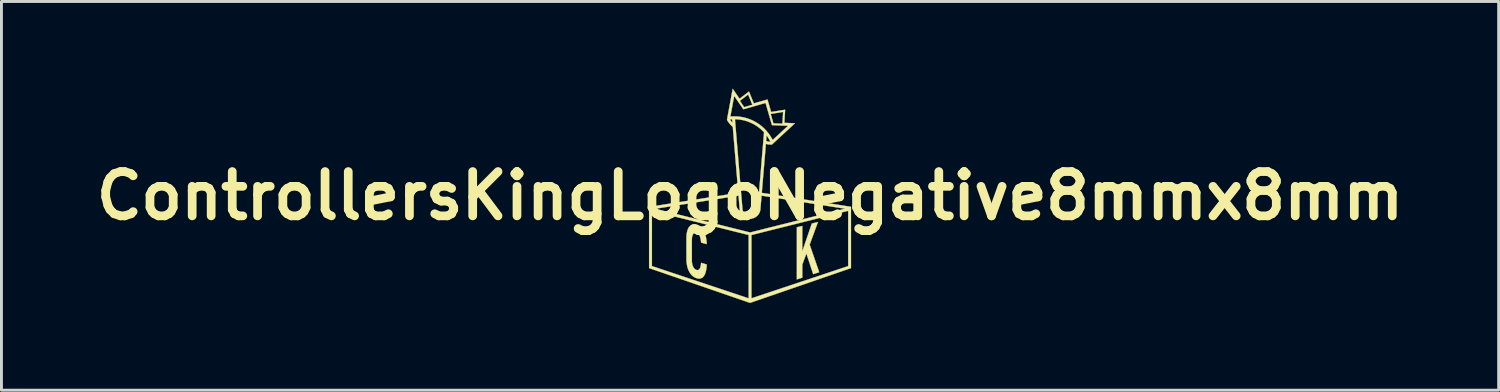
<source format=kicad_pcb>
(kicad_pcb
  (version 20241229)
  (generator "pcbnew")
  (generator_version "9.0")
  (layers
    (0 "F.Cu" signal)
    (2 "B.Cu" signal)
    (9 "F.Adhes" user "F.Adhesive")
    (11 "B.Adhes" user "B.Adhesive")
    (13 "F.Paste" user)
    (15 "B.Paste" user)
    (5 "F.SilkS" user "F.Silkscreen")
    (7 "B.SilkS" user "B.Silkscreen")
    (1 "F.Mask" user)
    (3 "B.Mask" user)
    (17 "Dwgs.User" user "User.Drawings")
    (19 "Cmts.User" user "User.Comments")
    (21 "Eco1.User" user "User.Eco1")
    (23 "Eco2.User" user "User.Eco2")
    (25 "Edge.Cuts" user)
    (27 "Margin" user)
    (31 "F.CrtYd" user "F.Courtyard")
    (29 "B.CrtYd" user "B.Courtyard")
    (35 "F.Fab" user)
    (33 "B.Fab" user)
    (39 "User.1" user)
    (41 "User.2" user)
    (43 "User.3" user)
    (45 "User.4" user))
  (footprint "ControllersKingLogoNegative8mmx8mm"
    (layer "F.Cu")
    (at 22.758 3.688)
    (property "Reference" "ControllersKingLogoNegative8mmx8mm" (at 0 0 0) (layer "F.SilkS") (effects (font (size 1.524 1.524) (thickness 0.3))))
    (attr through_hole)
    (fp_poly (pts (xy 2.337 0.901) (xy 2.336 0.902) (xy 2.336 0.904) (xy 2.335 0.907) (xy 2.333 0.911) (xy 2.331 0.916) (xy 2.329 0.922) (xy 2.327 0.929) (xy 2.324 0.937) (xy 2.32 0.946) (xy 2.317 0.956) (xy 2.313 0.967) (xy 2.308 0.978) (xy 2.304 0.991) (xy 2.299 1.004) (xy 2.294 1.018) (xy 2.289 1.033) (xy 2.283 1.048) (xy 2.277 1.064) (xy 2.271 1.081) (xy 2.264 1.098) (xy 2.258 1.116) (xy 2.251 1.135) (xy 2.244 1.153) (xy 2.237 1.173) (xy 2.23 1.193) (xy 2.222 1.213) (xy 2.215 1.233) (xy 2.207 1.254) (xy 2.199 1.276) (xy 2.194 1.289) (xy 2.186 1.311) (xy 2.179 1.332) (xy 2.171 1.353) (xy 2.163 1.373) (xy 2.156 1.394) (xy 2.149 1.413) (xy 2.142 1.432) (xy 2.135 1.451) (xy 2.128 1.469) (xy 2.122 1.487) (xy 2.115 1.504) (xy 2.109 1.521) (xy 2.103 1.537) (xy 2.098 1.552) (xy 2.092 1.566) (xy 2.087 1.58) (xy 2.083 1.593) (xy 2.078 1.605) (xy 2.074 1.617) (xy 2.07 1.627) (xy 2.067 1.637) (xy 2.063 1.645) (xy 2.061 1.653) (xy 2.058 1.66) (xy 2.056 1.666) (xy 2.054 1.67) (xy 2.053 1.674) (xy 2.052 1.677) (xy 2.052 1.678) (xy 2.052 1.678) (xy 2.052 1.679) (xy 2.052 1.681) (xy 2.053 1.684) (xy 2.055 1.688) (xy 2.057 1.693) (xy 2.059 1.699) (xy 2.061 1.706) (xy 2.064 1.715) (xy 2.067 1.724) (xy 2.071 1.734) (xy 2.074 1.745) (xy 2.079 1.757) (xy 2.083 1.77) (xy 2.088 1.784) (xy 2.093 1.798) (xy 2.098 1.813) (xy 2.103 1.829) (xy 2.109 1.846) (xy 2.115 1.863) (xy 2.121 1.881) (xy 2.128 1.9) (xy 2.134 1.919) (xy 2.141 1.939) (xy 2.148 1.959) (xy 2.155 1.98) (xy 2.163 2.001) (xy 2.17 2.023) (xy 2.178 2.045) (xy 2.186 2.068) (xy 2.194 2.091) (xy 2.202 2.114) (xy 2.21 2.138) (xy 2.215 2.154) (xy 2.224 2.178) (xy 2.232 2.201) (xy 2.24 2.224) (xy 2.248 2.247) (xy 2.255 2.27) (xy 2.263 2.292) (xy 2.271 2.314) (xy 2.278 2.335) (xy 2.285 2.355) (xy 2.292 2.376) (xy 2.299 2.395) (xy 2.305 2.414) (xy 2.312 2.433) (xy 2.318 2.45) (xy 2.324 2.467) (xy 2.329 2.484) (xy 2.335 2.5) (xy 2.34 2.514) (xy 2.345 2.529) (xy 2.349 2.542) (xy 2.354 2.554) (xy 2.358 2.566) (xy 2.361 2.577) (xy 2.365 2.587) (xy 2.368 2.595) (xy 2.37 2.603) (xy 2.373 2.61) (xy 2.375 2.616) (xy 2.376 2.621) (xy 2.378 2.625) (xy 2.379 2.627) (xy 2.379 2.628) (xy 2.379 2.629) (xy 2.378 2.629) (xy 2.377 2.63) (xy 2.374 2.631) (xy 2.37 2.632) (xy 2.365 2.633) (xy 2.36 2.635) (xy 2.353 2.637) (xy 2.346 2.639) (xy 2.339 2.642) (xy 2.331 2.645) (xy 2.322 2.647) (xy 2.313 2.65) (xy 2.304 2.653) (xy 2.294 2.656) (xy 2.285 2.659) (xy 2.275 2.662) (xy 2.265 2.665) (xy 2.256 2.668) (xy 2.246 2.671) (xy 2.237 2.674) (xy 2.228 2.677) (xy 2.22 2.68) (xy 2.212 2.682) (xy 2.204 2.685) (xy 2.197 2.687) (xy 2.191 2.689) (xy 2.186 2.691) (xy 2.181 2.692) (xy 2.177 2.693) (xy 2.175 2.694) (xy 2.173 2.694) (xy 2.172 2.695) (xy 2.172 2.694) (xy 2.172 2.692) (xy 2.171 2.689) (xy 2.169 2.685) (xy 2.168 2.68) (xy 2.166 2.674) (xy 2.163 2.667) (xy 2.16 2.659) (xy 2.157 2.649) (xy 2.154 2.639) (xy 2.151 2.629) (xy 2.147 2.617) (xy 2.143 2.604) (xy 2.138 2.591) (xy 2.134 2.577) (xy 2.129 2.562) (xy 2.124 2.547) (xy 2.118 2.531) (xy 2.113 2.514) (xy 2.107 2.497) (xy 2.101 2.479) (xy 2.095 2.461) (xy 2.089 2.442) (xy 2.083 2.423) (xy 2.076 2.404) (xy 2.07 2.384) (xy 2.063 2.363) (xy 2.057 2.343) (xy 2.056 2.34) (xy 2.049 2.319) (xy 2.042 2.299) (xy 2.036 2.279) (xy 2.029 2.259) (xy 2.023 2.24) (xy 2.017 2.221) (xy 2.011 2.203) (xy 2.005 2.185) (xy 1.999 2.168) (xy 1.993 2.151) (xy 1.988 2.135) (xy 1.983 2.12) (xy 1.978 2.105) (xy 1.974 2.091) (xy 1.969 2.077) (xy 1.965 2.065) (xy 1.961 2.053) (xy 1.957 2.042) (xy 1.954 2.032) (xy 1.951 2.023) (xy 1.948 2.014) (xy 1.946 2.007) (xy 1.944 2.001) (xy 1.942 1.996) (xy 1.941 1.991) (xy 1.94 1.988) (xy 1.939 1.986) (xy 1.939 1.986) (xy 1.939 1.986) (xy 1.939 1.986) (xy 1.938 1.988) (xy 1.937 1.991) (xy 1.935 1.994) (xy 1.933 1.999) (xy 1.931 2.005) (xy 1.929 2.012) (xy 1.926 2.02) (xy 1.923 2.028) (xy 1.919 2.037) (xy 1.916 2.047) (xy 1.912 2.058) (xy 1.907 2.07) (xy 1.903 2.082) (xy 1.898 2.094) (xy 1.893 2.107) (xy 1.888 2.121) (xy 1.883 2.135) (xy 1.878 2.149) (xy 1.873 2.164) (xy 1.868 2.176) (xy 1.798 2.368) (xy 1.798 2.592) (xy 1.798 2.816) (xy 1.705 2.846) (xy 1.695 2.849) (xy 1.685 2.852) (xy 1.675 2.856) (xy 1.666 2.859) (xy 1.657 2.861) (xy 1.649 2.864) (xy 1.641 2.866) (xy 1.634 2.869) (xy 1.628 2.871) (xy 1.623 2.872) (xy 1.619 2.874) (xy 1.615 2.875) (xy 1.613 2.875) (xy 1.612 2.876) (xy 1.612 2.876) (xy 1.61 2.876) (xy 1.611 1.083) (xy 1.704 1.06) (xy 1.714 1.057) (xy 1.725 1.054) (xy 1.734 1.052) (xy 1.744 1.05) (xy 1.753 1.047) (xy 1.761 1.045) (xy 1.769 1.043) (xy 1.775 1.042) (xy 1.781 1.04) (xy 1.787 1.039) (xy 1.791 1.038) (xy 1.794 1.037) (xy 1.796 1.037) (xy 1.797 1.036) (xy 1.797 1.036) (xy 1.797 1.037) (xy 1.797 1.039) (xy 1.797 1.042) (xy 1.797 1.046) (xy 1.797 1.052) (xy 1.797 1.058) (xy 1.797 1.066) (xy 1.797 1.074) (xy 1.797 1.084) (xy 1.797 1.094) (xy 1.797 1.106) (xy 1.798 1.118) (xy 1.798 1.132) (xy 1.798 1.146) (xy 1.798 1.161) (xy 1.798 1.177) (xy 1.798 1.193) (xy 1.798 1.211) (xy 1.798 1.229) (xy 1.798 1.247) (xy 1.798 1.266) (xy 1.798 1.286) (xy 1.798 1.307) (xy 1.798 1.327) (xy 1.798 1.349) (xy 1.798 1.371) (xy 1.798 1.393) (xy 1.798 1.416) (xy 1.798 1.439) (xy 1.798 1.462) (xy 1.798 1.473) (xy 1.798 1.91) (xy 1.96 1.436) (xy 1.968 1.412) (xy 1.976 1.389) (xy 1.984 1.365) (xy 1.992 1.342) (xy 2 1.32) (xy 2.007 1.298) (xy 2.015 1.276) (xy 2.022 1.255) (xy 2.029 1.234) (xy 2.036 1.214) (xy 2.043 1.194) (xy 2.049 1.175) (xy 2.056 1.156) (xy 2.062 1.139) (xy 2.068 1.121) (xy 2.073 1.105) (xy 2.079 1.089) (xy 2.084 1.074) (xy 2.089 1.06) (xy 2.093 1.046) (xy 2.098 1.034) (xy 2.102 1.022) (xy 2.105 1.011) (xy 2.109 1.001) (xy 2.112 0.992) (xy 2.115 0.984) (xy 2.117 0.977) (xy 2.119 0.971) (xy 2.121 0.966) (xy 2.122 0.962) (xy 2.123 0.96) (xy 2.123 0.958) (xy 2.123 0.958) (xy 2.125 0.954) (xy 2.23 0.927) (xy 2.242 0.925) (xy 2.253 0.922) (xy 2.263 0.919) (xy 2.273 0.917) (xy 2.283 0.914) (xy 2.292 0.912) (xy 2.3 0.91) (xy 2.308 0.908) (xy 2.315 0.906) (xy 2.321 0.905) (xy 2.326 0.904) (xy 2.33 0.903) (xy 2.334 0.902) (xy 2.336 0.901) (xy 2.337 0.901) (xy 2.337 0.901)) (stroke (width 0.01) (type solid)) (fill yes) (layer "F.SilkS"))
    (fp_poly (pts (xy -1.907 0.98) (xy -1.9 0.98) (xy -1.894 0.98) (xy -1.889 0.981) (xy -1.885 0.981) (xy -1.884 0.981) (xy -1.875 0.983) (xy -1.865 0.985) (xy -1.854 0.987) (xy -1.843 0.99) (xy -1.832 0.993) (xy -1.821 0.997) (xy -1.81 1) (xy -1.8 1.004) (xy -1.794 1.006) (xy -1.777 1.014) (xy -1.76 1.022) (xy -1.743 1.032) (xy -1.727 1.042) (xy -1.712 1.053) (xy -1.706 1.057) (xy -1.698 1.064) (xy -1.689 1.072) (xy -1.681 1.079) (xy -1.673 1.087) (xy -1.665 1.095) (xy -1.658 1.103) (xy -1.655 1.107) (xy -1.638 1.129) (xy -1.622 1.151) (xy -1.607 1.174) (xy -1.594 1.198) (xy -1.581 1.222) (xy -1.57 1.247) (xy -1.559 1.272) (xy -1.553 1.291) (xy -1.551 1.297) (xy -1.548 1.305) (xy -1.546 1.313) (xy -1.543 1.322) (xy -1.541 1.331) (xy -1.538 1.341) (xy -1.535 1.351) (xy -1.533 1.361) (xy -1.53 1.371) (xy -1.528 1.38) (xy -1.526 1.389) (xy -1.526 1.389) (xy -1.517 1.43) (xy -1.509 1.47) (xy -1.503 1.51) (xy -1.498 1.551) (xy -1.494 1.591) (xy -1.493 1.614) (xy -1.492 1.619) (xy -1.492 1.624) (xy -1.492 1.629) (xy -1.491 1.634) (xy -1.491 1.64) (xy -1.491 1.645) (xy -1.491 1.65) (xy -1.491 1.654) (xy -1.491 1.657) (xy -1.49 1.66) (xy -1.49 1.662) (xy -1.491 1.662) (xy -1.491 1.662) (xy -1.493 1.662) (xy -1.496 1.661) (xy -1.5 1.66) (xy -1.504 1.659) (xy -1.51 1.657) (xy -1.516 1.655) (xy -1.523 1.653) (xy -1.531 1.651) (xy -1.539 1.649) (xy -1.547 1.647) (xy -1.556 1.644) (xy -1.565 1.642) (xy -1.574 1.639) (xy -1.584 1.637) (xy -1.593 1.634) (xy -1.603 1.632) (xy -1.612 1.629) (xy -1.621 1.627) (xy -1.63 1.624) (xy -1.638 1.622) (xy -1.646 1.62) (xy -1.654 1.618) (xy -1.66 1.616) (xy -1.666 1.614) (xy -1.672 1.613) (xy -1.676 1.611) (xy -1.68 1.61) (xy -1.683 1.609) (xy -1.684 1.609) (xy -1.684 1.609) (xy -1.685 1.608) (xy -1.685 1.606) (xy -1.685 1.604) (xy -1.685 1.601) (xy -1.685 1.598) (xy -1.688 1.567) (xy -1.692 1.536) (xy -1.696 1.505) (xy -1.703 1.474) (xy -1.71 1.443) (xy -1.712 1.437) (xy -1.718 1.417) (xy -1.725 1.398) (xy -1.733 1.38) (xy -1.742 1.362) (xy -1.752 1.345) (xy -1.763 1.329) (xy -1.764 1.326) (xy -1.773 1.316) (xy -1.783 1.306) (xy -1.793 1.297) (xy -1.804 1.289) (xy -1.816 1.282) (xy -1.829 1.277) (xy -1.839 1.273) (xy -1.848 1.271) (xy -1.856 1.269) (xy -1.863 1.267) (xy -1.87 1.267) (xy -1.878 1.267) (xy -1.885 1.268) (xy -1.886 1.268) (xy -1.896 1.27) (xy -1.906 1.272) (xy -1.915 1.276) (xy -1.923 1.281) (xy -1.932 1.287) (xy -1.94 1.295) (xy -1.945 1.3) (xy -1.954 1.311) (xy -1.962 1.322) (xy -1.969 1.333) (xy -1.974 1.345) (xy -1.979 1.357) (xy -1.982 1.365) (xy -1.988 1.389) (xy -1.993 1.412) (xy -1.997 1.437) (xy -2 1.461) (xy -2.002 1.478) (xy -2.002 1.479) (xy -2.002 1.482) (xy -2.002 1.486) (xy -2.002 1.491) (xy -2.002 1.497) (xy -2.002 1.504) (xy -2.002 1.512) (xy -2.002 1.521) (xy -2.002 1.531) (xy -2.002 1.542) (xy -2.002 1.554) (xy -2.002 1.567) (xy -2.002 1.58) (xy -2.002 1.594) (xy -2.002 1.609) (xy -2.002 1.624) (xy -2.002 1.64) (xy -2.002 1.656) (xy -2.002 1.673) (xy -2.002 1.69) (xy -2.002 1.708) (xy -2.002 1.726) (xy -2.002 1.745) (xy -2.002 1.763) (xy -2.002 1.782) (xy -2.002 1.801) (xy -2.002 1.82) (xy -2.002 1.84) (xy -2.002 1.859) (xy -2.002 1.879) (xy -2.002 1.898) (xy -2.002 1.917) (xy -2.002 1.936) (xy -2.002 1.955) (xy -2.002 1.974) (xy -2.002 1.993) (xy -2.002 2.011) (xy -2.002 2.029) (xy -2.002 2.046) (xy -2.002 2.063) (xy -2.002 2.08) (xy -2.002 2.096) (xy -2.002 2.112) (xy -2.002 2.127) (xy -2.002 2.141) (xy -2.002 2.155) (xy -2.002 2.168) (xy -2.002 2.18) (xy -2.002 2.191) (xy -2.002 2.202) (xy -2.002 2.211) (xy -2.002 2.22) (xy -2.002 2.227) (xy -2.002 2.234) (xy -2.002 2.24) (xy -2.002 2.244) (xy -2.002 2.247) (xy -2.002 2.249) (xy -2.002 2.25) (xy -2 2.273) (xy -1.998 2.297) (xy -1.994 2.32) (xy -1.99 2.343) (xy -1.985 2.366) (xy -1.983 2.373) (xy -1.978 2.392) (xy -1.972 2.41) (xy -1.964 2.428) (xy -1.956 2.445) (xy -1.947 2.462) (xy -1.938 2.477) (xy -1.933 2.483) (xy -1.929 2.489) (xy -1.925 2.494) (xy -1.92 2.499) (xy -1.916 2.504) (xy -1.915 2.505) (xy -1.905 2.514) (xy -1.895 2.522) (xy -1.885 2.53) (xy -1.874 2.536) (xy -1.862 2.542) (xy -1.85 2.547) (xy -1.845 2.549) (xy -1.839 2.551) (xy -1.833 2.553) (xy -1.828 2.554) (xy -1.823 2.555) (xy -1.819 2.555) (xy -1.813 2.555) (xy -1.813 2.555) (xy -1.803 2.555) (xy -1.794 2.554) (xy -1.785 2.551) (xy -1.777 2.548) (xy -1.773 2.546) (xy -1.767 2.542) (xy -1.76 2.538) (xy -1.754 2.532) (xy -1.748 2.525) (xy -1.741 2.518) (xy -1.735 2.51) (xy -1.73 2.502) (xy -1.727 2.497) (xy -1.724 2.492) (xy -1.721 2.487) (xy -1.719 2.482) (xy -1.717 2.476) (xy -1.715 2.47) (xy -1.712 2.463) (xy -1.711 2.459) (xy -1.704 2.432) (xy -1.697 2.405) (xy -1.692 2.379) (xy -1.689 2.352) (xy -1.686 2.325) (xy -1.685 2.315) (xy -1.685 2.311) (xy -1.685 2.308) (xy -1.685 2.306) (xy -1.685 2.304) (xy -1.684 2.304) (xy -1.684 2.304) (xy -1.682 2.305) (xy -1.679 2.305) (xy -1.675 2.307) (xy -1.671 2.308) (xy -1.665 2.31) (xy -1.659 2.311) (xy -1.652 2.314) (xy -1.644 2.316) (xy -1.636 2.318) (xy -1.628 2.321) (xy -1.619 2.323) (xy -1.616 2.324) (xy -1.606 2.327) (xy -1.596 2.33) (xy -1.586 2.333) (xy -1.577 2.336) (xy -1.567 2.339) (xy -1.558 2.342) (xy -1.549 2.344) (xy -1.541 2.347) (xy -1.534 2.349) (xy -1.528 2.351) (xy -1.522 2.353) (xy -1.519 2.354) (xy -1.491 2.362) (xy -1.491 2.373) (xy -1.491 2.395) (xy -1.493 2.417) (xy -1.495 2.441) (xy -1.497 2.464) (xy -1.5 2.488) (xy -1.504 2.512) (xy -1.508 2.535) (xy -1.511 2.555) (xy -1.514 2.566) (xy -1.517 2.578) (xy -1.519 2.59) (xy -1.523 2.603) (xy -1.526 2.615) (xy -1.529 2.626) (xy -1.532 2.638) (xy -1.535 2.648) (xy -1.538 2.658) (xy -1.541 2.668) (xy -1.544 2.676) (xy -1.546 2.68) (xy -1.554 2.699) (xy -1.562 2.716) (xy -1.571 2.733) (xy -1.581 2.748) (xy -1.59 2.763) (xy -1.601 2.776) (xy -1.611 2.788) (xy -1.623 2.799) (xy -1.634 2.809) (xy -1.646 2.817) (xy -1.659 2.825) (xy -1.671 2.831) (xy -1.679 2.834) (xy -1.693 2.839) (xy -1.708 2.843) (xy -1.722 2.845) (xy -1.729 2.846) (xy -1.733 2.847) (xy -1.737 2.847) (xy -1.742 2.848) (xy -1.747 2.848) (xy -1.751 2.848) (xy -1.755 2.848) (xy -1.759 2.848) (xy -1.76 2.848) (xy -1.762 2.848) (xy -1.765 2.848) (xy -1.768 2.848) (xy -1.783 2.847) (xy -1.798 2.845) (xy -1.813 2.842) (xy -1.827 2.838) (xy -1.836 2.835) (xy -1.839 2.834) (xy -1.843 2.832) (xy -1.847 2.831) (xy -1.851 2.83) (xy -1.851 2.83) (xy -1.872 2.822) (xy -1.892 2.812) (xy -1.912 2.802) (xy -1.931 2.791) (xy -1.95 2.778) (xy -1.968 2.765) (xy -1.985 2.751) (xy -1.985 2.75) (xy -1.999 2.737) (xy -2.013 2.723) (xy -2.026 2.708) (xy -2.039 2.692) (xy -2.052 2.675) (xy -2.064 2.657) (xy -2.076 2.639) (xy -2.087 2.62) (xy -2.098 2.6) (xy -2.108 2.581) (xy -2.117 2.56) (xy -2.126 2.54) (xy -2.134 2.52) (xy -2.134 2.518) (xy -2.142 2.495) (xy -2.149 2.472) (xy -2.156 2.447) (xy -2.162 2.422) (xy -2.167 2.396) (xy -2.172 2.37) (xy -2.177 2.343) (xy -2.181 2.316) (xy -2.184 2.289) (xy -2.186 2.262) (xy -2.188 2.247) (xy -2.188 2.245) (xy -2.188 2.243) (xy -2.188 2.241) (xy -2.188 2.239) (xy -2.188 2.236) (xy -2.188 2.234) (xy -2.188 2.231) (xy -2.188 2.229) (xy -2.189 2.226) (xy -2.189 2.223) (xy -2.189 2.219) (xy -2.189 2.215) (xy -2.189 2.211) (xy -2.189 2.207) (xy -2.189 2.202) (xy -2.189 2.196) (xy -2.189 2.191) (xy -2.189 2.184) (xy -2.189 2.177) (xy -2.189 2.17) (xy -2.189 2.162) (xy -2.189 2.153) (xy -2.189 2.144) (xy -2.189 2.134) (xy -2.189 2.123) (xy -2.189 2.112) (xy -2.189 2.099) (xy -2.189 2.086) (xy -2.189 2.072) (xy -2.189 2.058) (xy -2.189 2.042) (xy -2.189 2.025) (xy -2.189 2.008) (xy -2.189 1.989) (xy -2.189 1.969) (xy -2.189 1.949) (xy -2.189 1.927) (xy -2.19 1.904) (xy -2.19 1.88) (xy -2.19 1.855) (xy -2.19 1.828) (xy -2.19 1.806) (xy -2.19 1.778) (xy -2.19 1.752) (xy -2.19 1.727) (xy -2.19 1.704) (xy -2.19 1.681) (xy -2.19 1.66) (xy -2.19 1.639) (xy -2.19 1.62) (xy -2.19 1.602) (xy -2.189 1.584) (xy -2.189 1.568) (xy -2.189 1.553) (xy -2.189 1.538) (xy -2.189 1.525) (xy -2.189 1.512) (xy -2.189 1.5) (xy -2.189 1.489) (xy -2.189 1.479) (xy -2.189 1.469) (xy -2.189 1.46) (xy -2.189 1.452) (xy -2.189 1.445) (xy -2.189 1.438) (xy -2.189 1.431) (xy -2.189 1.426) (xy -2.189 1.42) (xy -2.189 1.416) (xy -2.189 1.411) (xy -2.189 1.407) (xy -2.189 1.404) (xy -2.189 1.401) (xy -2.189 1.398) (xy -2.189 1.396) (xy -2.189 1.394) (xy -2.189 1.392) (xy -2.189 1.39) (xy -2.189 1.389) (xy -2.189 1.388) (xy -2.189 1.387) (xy -2.186 1.359) (xy -2.183 1.331) (xy -2.18 1.304) (xy -2.175 1.277) (xy -2.169 1.25) (xy -2.167 1.238) (xy -2.164 1.229) (xy -2.162 1.219) (xy -2.159 1.209) (xy -2.156 1.199) (xy -2.153 1.188) (xy -2.15 1.179) (xy -2.148 1.17) (xy -2.146 1.164) (xy -2.139 1.145) (xy -2.131 1.128) (xy -2.122 1.11) (xy -2.112 1.094) (xy -2.1 1.078) (xy -2.088 1.063) (xy -2.075 1.049) (xy -2.061 1.035) (xy -2.046 1.023) (xy -2.039 1.018) (xy -2.033 1.013) (xy -2.027 1.01) (xy -2.021 1.006) (xy -2.014 1.003) (xy -2.013 1.002) (xy -1.998 0.996) (xy -1.981 0.99) (xy -1.965 0.985) (xy -1.947 0.982) (xy -1.942 0.981) (xy -1.938 0.981) (xy -1.933 0.981) (xy -1.927 0.98) (xy -1.92 0.98) (xy -1.914 0.98) (xy -1.907 0.98)) (stroke (width 0.01) (type solid)) (fill yes) (layer "F.SilkS"))
    (fp_poly (pts (xy -0.597 -3.682) (xy -0.596 -3.681) (xy -0.594 -3.678) (xy -0.591 -3.675) (xy -0.588 -3.671) (xy -0.585 -3.666) (xy -0.581 -3.66) (xy -0.576 -3.653) (xy -0.571 -3.645) (xy -0.565 -3.637) (xy -0.559 -3.628) (xy -0.553 -3.619) (xy -0.546 -3.609) (xy -0.538 -3.598) (xy -0.531 -3.587) (xy -0.523 -3.575) (xy -0.515 -3.563) (xy -0.506 -3.551) (xy -0.497 -3.538) (xy -0.488 -3.525) (xy -0.479 -3.512) (xy -0.47 -3.499) (xy -0.461 -3.486) (xy -0.453 -3.473) (xy -0.444 -3.461) (xy -0.436 -3.449) (xy -0.428 -3.437) (xy -0.42 -3.426) (xy -0.413 -3.415) (xy -0.406 -3.405) (xy -0.4 -3.396) (xy -0.394 -3.387) (xy -0.388 -3.379) (xy -0.383 -3.371) (xy -0.378 -3.365) (xy -0.374 -3.359) (xy -0.371 -3.353) (xy -0.368 -3.349) (xy -0.365 -3.346) (xy -0.363 -3.343) (xy -0.362 -3.342) (xy -0.362 -3.341) (xy -0.362 -3.341) (xy -0.36 -3.343) (xy -0.358 -3.344) (xy -0.354 -3.347) (xy -0.35 -3.35) (xy -0.345 -3.354) (xy -0.34 -3.358) (xy -0.333 -3.363) (xy -0.326 -3.368) (xy -0.318 -3.374) (xy -0.31 -3.38) (xy -0.301 -3.387) (xy -0.292 -3.394) (xy -0.283 -3.401) (xy -0.273 -3.409) (xy -0.262 -3.417) (xy -0.251 -3.425) (xy -0.241 -3.433) (xy -0.229 -3.441) (xy -0.218 -3.45) (xy -0.206 -3.459) (xy -0.194 -3.468) (xy -0.183 -3.477) (xy -0.172 -3.485) (xy -0.161 -3.494) (xy -0.15 -3.502) (xy -0.14 -3.51) (xy -0.13 -3.517) (xy -0.121 -3.524) (xy -0.112 -3.531) (xy -0.104 -3.537) (xy -0.096 -3.542) (xy -0.09 -3.547) (xy -0.084 -3.552) (xy -0.08 -3.555) (xy -0.079 -3.556) (xy -0.072 -3.561) (xy -0.066 -3.566) (xy -0.06 -3.57) (xy -0.055 -3.574) (xy -0.05 -3.578) (xy -0.046 -3.581) (xy -0.042 -3.583) (xy -0.04 -3.585) (xy -0.038 -3.587) (xy -0.037 -3.587) (xy -0.036 -3.588) (xy -0.036 -3.587) (xy -0.035 -3.585) (xy -0.034 -3.582) (xy -0.033 -3.579) (xy -0.031 -3.574) (xy -0.028 -3.568) (xy -0.026 -3.561) (xy -0.022 -3.553) (xy -0.019 -3.545) (xy -0.015 -3.536) (xy -0.011 -3.526) (xy -0.007 -3.515) (xy -0.002 -3.503) (xy 0.003 -3.491) (xy 0.008 -3.479) (xy 0.013 -3.466) (xy 0.019 -3.452) (xy 0.024 -3.438) (xy 0.03 -3.423) (xy 0.036 -3.409) (xy 0.043 -3.393) (xy 0.046 -3.386) (xy 0.052 -3.37) (xy 0.058 -3.355) (xy 0.064 -3.341) (xy 0.07 -3.326) (xy 0.075 -3.312) (xy 0.081 -3.299) (xy 0.086 -3.286) (xy 0.091 -3.274) (xy 0.096 -3.262) (xy 0.101 -3.251) (xy 0.105 -3.24) (xy 0.109 -3.23) (xy 0.112 -3.221) (xy 0.116 -3.213) (xy 0.119 -3.206) (xy 0.121 -3.2) (xy 0.124 -3.194) (xy 0.125 -3.19) (xy 0.127 -3.186) (xy 0.128 -3.184) (xy 0.128 -3.182) (xy 0.128 -3.182) (xy 0.129 -3.18) (xy 0.364 -3.248) (xy 0.381 -3.253) (xy 0.398 -3.257) (xy 0.414 -3.262) (xy 0.43 -3.266) (xy 0.445 -3.271) (xy 0.46 -3.275) (xy 0.475 -3.279) (xy 0.488 -3.283) (xy 0.502 -3.287) (xy 0.514 -3.291) (xy 0.526 -3.294) (xy 0.537 -3.297) (xy 0.548 -3.3) (xy 0.557 -3.303) (xy 0.566 -3.305) (xy 0.574 -3.308) (xy 0.581 -3.31) (xy 0.587 -3.311) (xy 0.591 -3.313) (xy 0.595 -3.314) (xy 0.598 -3.314) (xy 0.6 -3.315) (xy 0.6 -3.315) (xy 0.6 -3.314) (xy 0.601 -3.313) (xy 0.602 -3.31) (xy 0.603 -3.306) (xy 0.604 -3.301) (xy 0.606 -3.295) (xy 0.608 -3.288) (xy 0.61 -3.28) (xy 0.613 -3.271) (xy 0.615 -3.261) (xy 0.618 -3.251) (xy 0.622 -3.24) (xy 0.625 -3.228) (xy 0.629 -3.215) (xy 0.632 -3.202) (xy 0.636 -3.188) (xy 0.64 -3.174) (xy 0.645 -3.159) (xy 0.649 -3.144) (xy 0.653 -3.129) (xy 0.658 -3.113) (xy 0.662 -3.1) (xy 0.667 -3.081) (xy 0.672 -3.062) (xy 0.677 -3.045) (xy 0.682 -3.029) (xy 0.686 -3.014) (xy 0.69 -3) (xy 0.694 -2.987) (xy 0.697 -2.976) (xy 0.7 -2.965) (xy 0.703 -2.954) (xy 0.706 -2.945) (xy 0.708 -2.937) (xy 0.711 -2.929) (xy 0.713 -2.922) (xy 0.714 -2.916) (xy 0.716 -2.911) (xy 0.718 -2.906) (xy 0.719 -2.902) (xy 0.72 -2.898) (xy 0.721 -2.895) (xy 0.722 -2.892) (xy 0.722 -2.89) (xy 0.723 -2.889) (xy 0.723 -2.887) (xy 0.724 -2.886) (xy 0.724 -2.886) (xy 0.724 -2.885) (xy 0.724 -2.885) (xy 0.724 -2.885) (xy 0.725 -2.885) (xy 0.727 -2.886) (xy 0.73 -2.886) (xy 0.734 -2.887) (xy 0.74 -2.888) (xy 0.746 -2.889) (xy 0.753 -2.89) (xy 0.761 -2.891) (xy 0.771 -2.893) (xy 0.781 -2.894) (xy 0.792 -2.896) (xy 0.803 -2.898) (xy 0.816 -2.9) (xy 0.829 -2.902) (xy 0.842 -2.904) (xy 0.857 -2.906) (xy 0.872 -2.909) (xy 0.887 -2.911) (xy 0.903 -2.914) (xy 0.919 -2.916) (xy 0.936 -2.919) (xy 0.953 -2.922) (xy 0.966 -2.924) (xy 0.983 -2.927) (xy 1 -2.929) (xy 1.017 -2.932) (xy 1.033 -2.935) (xy 1.049 -2.937) (xy 1.064 -2.94) (xy 1.079 -2.942) (xy 1.093 -2.944) (xy 1.107 -2.946) (xy 1.119 -2.948) (xy 1.132 -2.95) (xy 1.143 -2.952) (xy 1.154 -2.954) (xy 1.163 -2.955) (xy 1.172 -2.957) (xy 1.18 -2.958) (xy 1.187 -2.959) (xy 1.193 -2.96) (xy 1.198 -2.961) (xy 1.202 -2.961) (xy 1.205 -2.962) (xy 1.206 -2.962) (xy 1.207 -2.962) (xy 1.207 -2.961) (xy 1.207 -2.96) (xy 1.207 -2.957) (xy 1.206 -2.952) (xy 1.206 -2.947) (xy 1.206 -2.941) (xy 1.205 -2.933) (xy 1.205 -2.925) (xy 1.204 -2.916) (xy 1.204 -2.906) (xy 1.203 -2.895) (xy 1.202 -2.883) (xy 1.202 -2.871) (xy 1.201 -2.858) (xy 1.2 -2.844) (xy 1.199 -2.83) (xy 1.198 -2.815) (xy 1.197 -2.8) (xy 1.196 -2.784) (xy 1.195 -2.768) (xy 1.194 -2.752) (xy 1.194 -2.737) (xy 1.192 -2.72) (xy 1.191 -2.704) (xy 1.19 -2.687) (xy 1.19 -2.672) (xy 1.189 -2.656) (xy 1.188 -2.642) (xy 1.187 -2.628) (xy 1.186 -2.614) (xy 1.185 -2.601) (xy 1.184 -2.589) (xy 1.184 -2.577) (xy 1.183 -2.567) (xy 1.183 -2.557) (xy 1.182 -2.548) (xy 1.182 -2.539) (xy 1.181 -2.532) (xy 1.181 -2.526) (xy 1.18 -2.521) (xy 1.18 -2.517) (xy 1.18 -2.514) (xy 1.18 -2.512) (xy 1.18 -2.512) (xy 1.181 -2.512) (xy 1.182 -2.512) (xy 1.185 -2.511) (xy 1.189 -2.511) (xy 1.193 -2.511) (xy 1.199 -2.511) (xy 1.204 -2.511) (xy 1.21 -2.51) (xy 1.212 -2.51) (xy 1.217 -2.51) (xy 1.224 -2.51) (xy 1.232 -2.509) (xy 1.241 -2.509) (xy 1.25 -2.509) (xy 1.259 -2.508) (xy 1.269 -2.508) (xy 1.279 -2.507) (xy 1.288 -2.507) (xy 1.296 -2.507) (xy 1.317 -2.506) (xy 1.337 -2.505) (xy 1.355 -2.504) (xy 1.373 -2.503) (xy 1.389 -2.503) (xy 1.405 -2.502) (xy 1.419 -2.501) (xy 1.432 -2.501) (xy 1.444 -2.5) (xy 1.456 -2.5) (xy 1.466 -2.499) (xy 1.476 -2.499) (xy 1.485 -2.499) (xy 1.493 -2.498) (xy 1.5 -2.498) (xy 1.506 -2.498) (xy 1.512 -2.497) (xy 1.517 -2.497) (xy 1.522 -2.497) (xy 1.526 -2.497) (xy 1.53 -2.497) (xy 1.533 -2.497) (xy 1.535 -2.496) (xy 1.537 -2.496) (xy 1.539 -2.496) (xy 1.541 -2.496) (xy 1.542 -2.496) (xy 1.543 -2.496) (xy 1.543 -2.496) (xy 1.544 -2.496) (xy 1.544 -2.496) (xy 1.544 -2.496) (xy 1.544 -2.496) (xy 1.544 -2.496) (xy 1.544 -2.495) (xy 1.542 -2.494) (xy 1.54 -2.492) (xy 1.537 -2.489) (xy 1.533 -2.485) (xy 1.528 -2.481) (xy 1.522 -2.475) (xy 1.515 -2.469) (xy 1.508 -2.462) (xy 1.5 -2.454) (xy 1.49 -2.446) (xy 1.481 -2.437) (xy 1.47 -2.427) (xy 1.458 -2.416) (xy 1.446 -2.405) (xy 1.433 -2.393) (xy 1.419 -2.38) (xy 1.405 -2.367) (xy 1.389 -2.353) (xy 1.373 -2.338) (xy 1.357 -2.322) (xy 1.339 -2.306) (xy 1.321 -2.29) (xy 1.303 -2.272) (xy 1.283 -2.255) (xy 1.263 -2.236) (xy 1.243 -2.217) (xy 1.221 -2.197) (xy 1.2 -2.177) (xy 1.177 -2.157) (xy 1.154 -2.135) (xy 1.131 -2.114) (xy 1.106 -2.091) (xy 1.082 -2.068) (xy 1.056 -2.045) (xy 1.031 -2.021) (xy 1.004 -1.997) (xy 0.978 -1.972) (xy 0.95 -1.947) (xy 0.923 -1.922) (xy 0.908 -1.908) (xy 0.896 -1.897) (xy 0.884 -1.886) (xy 0.873 -1.875) (xy 0.861 -1.865) (xy 0.85 -1.855) (xy 0.84 -1.845) (xy 0.83 -1.836) (xy 0.82 -1.827) (xy 0.811 -1.818) (xy 0.802 -1.81) (xy 0.794 -1.803) (xy 0.786 -1.796) (xy 0.779 -1.789) (xy 0.773 -1.783) (xy 0.767 -1.778) (xy 0.762 -1.774) (xy 0.758 -1.77) (xy 0.755 -1.767) (xy 0.752 -1.764) (xy 0.75 -1.763) (xy 0.749 -1.762) (xy 0.749 -1.762) (xy 0.748 -1.76) (xy 0.709 -1.763) (xy 0.697 -1.764) (xy 0.687 -1.765) (xy 0.678 -1.765) (xy 0.67 -1.766) (xy 0.663 -1.767) (xy 0.657 -1.767) (xy 0.651 -1.768) (xy 0.645 -1.768) (xy 0.64 -1.769) (xy 0.635 -1.769) (xy 0.63 -1.77) (xy 0.625 -1.771) (xy 0.62 -1.771) (xy 0.62 -1.771) (xy 0.6 -1.775) (xy 0.582 -1.779) (xy 0.564 -1.784) (xy 0.551 -1.788) (xy 0.548 -1.789) (xy 0.546 -1.789) (xy 0.545 -1.789) (xy 0.545 -1.789) (xy 0.545 -1.789) (xy 0.545 -1.787) (xy 0.545 -1.784) (xy 0.544 -1.779) (xy 0.544 -1.774) (xy 0.543 -1.767) (xy 0.543 -1.759) (xy 0.542 -1.75) (xy 0.541 -1.741) (xy 0.54 -1.73) (xy 0.539 -1.717) (xy 0.538 -1.704) (xy 0.537 -1.69) (xy 0.536 -1.675) (xy 0.534 -1.659) (xy 0.533 -1.643) (xy 0.531 -1.625) (xy 0.53 -1.606) (xy 0.528 -1.587) (xy 0.526 -1.567) (xy 0.525 -1.545) (xy 0.523 -1.524) (xy 0.521 -1.501) (xy 0.519 -1.478) (xy 0.517 -1.454) (xy 0.515 -1.429) (xy 0.513 -1.404) (xy 0.511 -1.377) (xy 0.508 -1.351) (xy 0.506 -1.324) (xy 0.504 -1.296) (xy 0.501 -1.267) (xy 0.499 -1.239) (xy 0.497 -1.209) (xy 0.494 -1.179) (xy 0.491 -1.149) (xy 0.489 -1.118) (xy 0.486 -1.087) (xy 0.484 -1.056) (xy 0.481 -1.024) (xy 0.478 -0.992) (xy 0.476 -0.959) (xy 0.475 -0.949) (xy 0.472 -0.916) (xy 0.469 -0.884) (xy 0.467 -0.852) (xy 0.464 -0.82) (xy 0.461 -0.789) (xy 0.459 -0.758) (xy 0.456 -0.728) (xy 0.454 -0.698) (xy 0.451 -0.668) (xy 0.449 -0.639) (xy 0.446 -0.61) (xy 0.444 -0.582) (xy 0.442 -0.555) (xy 0.44 -0.528) (xy 0.437 -0.502) (xy 0.435 -0.476) (xy 0.433 -0.451) (xy 0.431 -0.427) (xy 0.429 -0.403) (xy 0.427 -0.38) (xy 0.425 -0.358) (xy 0.423 -0.337) (xy 0.422 -0.316) (xy 0.42 -0.296) (xy 0.419 -0.277) (xy 0.417 -0.259) (xy 0.416 -0.242) (xy 0.414 -0.226) (xy 0.413 -0.21) (xy 0.412 -0.196) (xy 0.411 -0.182) (xy 0.41 -0.17) (xy 0.409 -0.159) (xy 0.408 -0.148) (xy 0.407 -0.139) (xy 0.406 -0.131) (xy 0.406 -0.124) (xy 0.405 -0.118) (xy 0.405 -0.113) (xy 0.404 -0.109) (xy 0.404 -0.107) (xy 0.404 -0.106) (xy 0.404 -0.106) (xy 0.404 -0.103) (xy 0.663 -0.062) (xy 0.681 -0.059) (xy 0.699 -0.056) (xy 0.717 -0.054) (xy 0.735 -0.051) (xy 0.752 -0.048) (xy 0.769 -0.045) (xy 0.785 -0.043) (xy 0.801 -0.04) (xy 0.816 -0.038) (xy 0.831 -0.036) (xy 0.845 -0.033) (xy 0.859 -0.031) (xy 0.871 -0.029) (xy 0.883 -0.027) (xy 0.895 -0.026) (xy 0.905 -0.024) (xy 0.914 -0.023) (xy 0.923 -0.021) (xy 0.93 -0.02) (xy 0.937 -0.019) (xy 0.942 -0.018) (xy 0.946 -0.018) (xy 0.949 -0.017) (xy 0.95 -0.017) (xy 0.955 -0.016) (xy 0.961 -0.015) (xy 0.968 -0.014) (xy 0.976 -0.013) (xy 0.985 -0.012) (xy 0.995 -0.01) (xy 1.006 -0.008) (xy 1.019 -0.006) (xy 1.032 -0.004) (xy 1.046 -0.002) (xy 1.061 0.000394) (xy 1.078 0.003) (xy 1.095 0.006) (xy 1.113 0.008) (xy 1.131 0.011) (xy 1.151 0.014) (xy 1.171 0.018) (xy 1.193 0.021) (xy 1.215 0.024) (xy 1.237 0.028) (xy 1.261 0.032) (xy 1.285 0.035) (xy 1.31 0.039) (xy 1.335 0.043) (xy 1.361 0.047) (xy 1.388 0.052) (xy 1.416 0.056) (xy 1.443 0.06) (xy 1.472 0.065) (xy 1.501 0.069) (xy 1.53 0.074) (xy 1.56 0.078) (xy 1.59 0.083) (xy 1.621 0.088) (xy 1.652 0.093) (xy 1.684 0.098) (xy 1.716 0.103) (xy 1.748 0.108) (xy 1.781 0.113) (xy 1.813 0.118) (xy 1.846 0.123) (xy 1.88 0.129) (xy 1.913 0.134) (xy 1.947 0.139) (xy 1.981 0.144) (xy 2.015 0.15) (xy 2.049 0.155) (xy 2.084 0.16) (xy 2.118 0.166) (xy 2.153 0.171) (xy 2.187 0.177) (xy 2.221 0.182) (xy 2.256 0.187) (xy 2.29 0.193) (xy 2.325 0.198) (xy 2.359 0.204) (xy 2.393 0.209) (xy 2.428 0.214) (xy 2.461 0.22) (xy 2.495 0.225) (xy 2.529 0.23) (xy 2.562 0.235) (xy 2.595 0.241) (xy 2.628 0.246) (xy 2.661 0.251) (xy 2.693 0.256) (xy 2.725 0.261) (xy 2.757 0.266) (xy 2.788 0.271) (xy 2.819 0.276) (xy 2.849 0.28) (xy 2.879 0.285) (xy 2.909 0.29) (xy 2.938 0.294) (xy 2.966 0.299) (xy 2.994 0.303) (xy 3.022 0.307) (xy 3.049 0.311) (xy 3.075 0.316) (xy 3.101 0.32) (xy 3.126 0.324) (xy 3.15 0.327) (xy 3.173 0.331) (xy 3.196 0.335) (xy 3.219 0.338) (xy 3.24 0.341) (xy 3.261 0.345) (xy 3.28 0.348) (xy 3.299 0.351) (xy 3.317 0.354) (xy 3.335 0.356) (xy 3.351 0.359) (xy 3.366 0.361) (xy 3.381 0.363) (xy 3.394 0.366) (xy 3.407 0.368) (xy 3.418 0.369) (xy 3.429 0.371) (xy 3.438 0.372) (xy 3.447 0.374) (xy 3.454 0.375) (xy 3.46 0.376) (xy 3.465 0.377) (xy 3.469 0.377) (xy 3.471 0.378) (xy 3.473 0.378) (xy 3.473 0.378) (xy 3.473 0.378) (xy 3.473 0.38) (xy 3.473 0.384) (xy 3.473 0.388) (xy 3.473 0.394) (xy 3.473 0.401) (xy 3.473 0.409) (xy 3.473 0.418) (xy 3.473 0.429) (xy 3.473 0.441) (xy 3.473 0.454) (xy 3.473 0.469) (xy 3.473 0.484) (xy 3.473 0.501) (xy 3.473 0.52) (xy 3.473 0.539) (xy 3.473 0.56) (xy 3.473 0.582) (xy 3.473 0.605) (xy 3.473 0.629) (xy 3.473 0.655) (xy 3.473 0.681) (xy 3.473 0.709) (xy 3.473 0.739) (xy 3.473 0.769) (xy 3.473 0.801) (xy 3.473 0.834) (xy 3.473 0.868) (xy 3.473 0.903) (xy 3.473 0.94) (xy 3.473 0.978) (xy 3.473 1.017) (xy 3.473 1.098) (xy 3.473 1.141) (xy 3.473 1.185) (xy 3.473 1.229) (xy 3.473 1.276) (xy 3.473 1.323) (xy 3.473 1.372) (xy 3.473 1.421) (xy 3.473 1.432) (xy 3.473 2.487) (xy 3.45 2.495) (xy 3.449 2.495) (xy 3.446 2.496) (xy 3.443 2.497) (xy 3.438 2.499) (xy 3.432 2.501) (xy 3.425 2.503) (xy 3.417 2.506) (xy 3.408 2.509) (xy 3.398 2.513) (xy 3.386 2.517) (xy 3.374 2.521) (xy 3.361 2.525) (xy 3.346 2.53) (xy 3.331 2.536) (xy 3.314 2.541) (xy 3.297 2.547) (xy 3.279 2.554) (xy 3.259 2.56) (xy 3.239 2.567) (xy 3.218 2.574) (xy 3.196 2.582) (xy 3.173 2.59) (xy 3.149 2.598) (xy 3.125 2.607) (xy 3.099 2.615) (xy 3.073 2.624) (xy 3.046 2.634) (xy 3.018 2.643) (xy 2.989 2.653) (xy 2.96 2.663) (xy 2.93 2.674) (xy 2.899 2.684) (xy 2.868 2.695) (xy 2.835 2.706) (xy 2.802 2.718) (xy 2.769 2.729) (xy 2.735 2.741) (xy 2.7 2.753) (xy 2.664 2.765) (xy 2.628 2.778) (xy 2.591 2.79) (xy 2.554 2.803) (xy 2.516 2.816) (xy 2.478 2.829) (xy 2.439 2.843) (xy 2.4 2.856) (xy 2.36 2.87) (xy 2.32 2.884) (xy 2.279 2.898) (xy 2.237 2.912) (xy 2.196 2.927) (xy 2.154 2.941) (xy 2.111 2.956) (xy 2.068 2.971) (xy 2.025 2.986) (xy 1.981 3.001) (xy 1.937 3.016) (xy 1.893 3.031) (xy 1.848 3.046) (xy 1.803 3.062) (xy 1.758 3.078) (xy 1.714 3.093) (xy 1.669 3.108) (xy 1.623 3.124) (xy 1.579 3.139) (xy 1.534 3.155) (xy 1.49 3.17) (xy 1.446 3.185) (xy 1.403 3.2) (xy 1.359 3.215) (xy 1.317 3.23) (xy 1.274 3.244) (xy 1.232 3.259) (xy 1.191 3.273) (xy 1.15 3.287) (xy 1.109 3.301) (xy 1.069 3.315) (xy 1.03 3.329) (xy 0.991 3.342) (xy 0.952 3.355) (xy 0.914 3.368) (xy 0.876 3.381) (xy 0.84 3.394) (xy 0.803 3.407) (xy 0.767 3.419) (xy 0.732 3.431) (xy 0.698 3.443) (xy 0.664 3.454) (xy 0.631 3.466) (xy 0.598 3.477) (xy 0.566 3.488) (xy 0.535 3.499) (xy 0.505 3.509) (xy 0.475 3.52) (xy 0.446 3.529) (xy 0.418 3.539) (xy 0.391 3.549) (xy 0.364 3.558) (xy 0.338 3.567) (xy 0.313 3.575) (xy 0.289 3.584) (xy 0.266 3.592) (xy 0.243 3.599) (xy 0.222 3.607) (xy 0.201 3.614) (xy 0.181 3.621) (xy 0.163 3.627) (xy 0.145 3.633) (xy 0.128 3.639) (xy 0.112 3.644) (xy 0.097 3.65) (xy 0.083 3.654) (xy 0.07 3.659) (xy 0.058 3.663) (xy 0.048 3.667) (xy 0.038 3.67) (xy 0.029 3.673) (xy 0.021 3.676) (xy 0.015 3.678) (xy 0.01 3.68) (xy 0.005 3.681) (xy 0.002 3.682) (xy 0.001 3.683) (xy -0.000189 3.683) (xy -0.000193 3.683) (xy -0.001 3.683) (xy -0.003 3.682) (xy -0.006 3.681) (xy -0.009 3.68) (xy -0.011 3.68) (xy -0.014 3.679) (xy -0.018 3.677) (xy -0.023 3.675) (xy -0.029 3.673) (xy -0.036 3.671) (xy -0.044 3.668) (xy -0.052 3.665) (xy -0.061 3.662) (xy -0.071 3.659) (xy -0.081 3.656) (xy -0.091 3.652) (xy -0.101 3.648) (xy -0.112 3.645) (xy -0.123 3.641) (xy -0.135 3.637) (xy -0.146 3.633) (xy -0.157 3.629) (xy -0.168 3.626) (xy -0.179 3.622) (xy -0.189 3.618) (xy -0.199 3.615) (xy -0.209 3.611) (xy -0.218 3.608) (xy -0.227 3.605) (xy -0.231 3.604) (xy -0.233 3.603) (xy -0.237 3.602) (xy -0.241 3.6) (xy -0.247 3.598) (xy -0.254 3.596) (xy -0.262 3.593) (xy -0.272 3.59) (xy -0.282 3.586) (xy -0.293 3.582) (xy -0.306 3.578) (xy -0.319 3.573) (xy -0.334 3.568) (xy -0.35 3.563) (xy -0.366 3.557) (xy -0.384 3.551) (xy -0.402 3.545) (xy -0.421 3.538) (xy -0.442 3.531) (xy -0.463 3.524) (xy -0.485 3.516) (xy -0.508 3.508) (xy -0.532 3.5) (xy -0.556 3.492) (xy -0.582 3.483) (xy -0.608 3.474) (xy -0.635 3.465) (xy -0.663 3.455) (xy -0.691 3.445) (xy -0.721 3.435) (xy -0.751 3.425) (xy -0.781 3.414) (xy -0.813 3.403) (xy -0.845 3.392) (xy -0.877 3.381) (xy -0.911 3.37) (xy -0.945 3.358) (xy -0.979 3.346) (xy -1.014 3.334) (xy -1.05 3.321) (xy -1.086 3.309) (xy -1.123 3.296) (xy -1.161 3.283) (xy -1.198 3.27) (xy -1.237 3.257) (xy -1.276 3.244) (xy -1.315 3.23) (xy -1.354 3.217) (xy -1.395 3.203) (xy -1.435 3.189) (xy -1.476 3.175) (xy -1.517 3.16) (xy -1.559 3.146) (xy -1.601 3.132) (xy -1.643 3.117) (xy -1.686 3.102) (xy -1.728 3.088) (xy -1.772 3.073) (xy -1.815 3.058) (xy -1.859 3.043) (xy -1.861 3.042) (xy -1.905 3.027) (xy -1.948 3.012) (xy -1.991 2.997) (xy -2.033 2.983) (xy -2.076 2.968) (xy -2.118 2.954) (xy -2.159 2.939) (xy -2.201 2.925) (xy -2.242 2.911) (xy -2.282 2.897) (xy -2.322 2.883) (xy -2.362 2.869) (xy -2.401 2.856) (xy -2.44 2.843) (xy -2.478 2.829) (xy -2.516 2.816) (xy -2.553 2.803) (xy -2.59 2.791) (xy -2.626 2.778) (xy -2.662 2.766) (xy -2.697 2.754) (xy -2.732 2.742) (xy -2.766 2.73) (xy -2.799 2.719) (xy -2.832 2.708) (xy -2.864 2.697) (xy -2.895 2.686) (xy -2.926 2.675) (xy -2.956 2.665) (xy -2.985 2.655) (xy -3.013 2.645) (xy -3.041 2.635) (xy -3.068 2.626) (xy -3.094 2.617) (xy -3.12 2.608) (xy -3.144 2.6) (xy -3.168 2.592) (xy -3.191 2.584) (xy -3.213 2.576) (xy -3.234 2.569) (xy -3.255 2.562) (xy -3.274 2.555) (xy -3.293 2.549) (xy -3.31 2.543) (xy -3.327 2.537) (xy -3.342 2.532) (xy -3.357 2.527) (xy -3.371 2.522) (xy -3.383 2.518) (xy -3.395 2.514) (xy -3.405 2.51) (xy -3.415 2.507) (xy -3.423 2.504) (xy -3.43 2.501) (xy -3.437 2.499) (xy -3.442 2.497) (xy -3.446 2.496) (xy -3.448 2.495) (xy -3.45 2.495) (xy -3.45 2.495) (xy -3.473 2.487) (xy -3.473 1.434) (xy -3.473 1.168) (xy -3.377 1.168) (xy -3.377 1.199) (xy -3.377 1.232) (xy -3.377 1.264) (xy -3.377 1.297) (xy -3.377 1.331) (xy -3.377 1.365) (xy -3.377 1.399) (xy -3.377 1.433) (xy -3.377 1.467) (xy -3.377 2.418) (xy -1.713 2.972) (xy -1.668 2.987) (xy -1.624 3.002) (xy -1.579 3.017) (xy -1.535 3.032) (xy -1.492 3.046) (xy -1.448 3.061) (xy -1.406 3.075) (xy -1.363 3.089) (xy -1.321 3.103) (xy -1.279 3.117) (xy -1.238 3.131) (xy -1.197 3.144) (xy -1.157 3.158) (xy -1.117 3.171) (xy -1.077 3.184) (xy -1.038 3.197) (xy -1 3.21) (xy -0.962 3.223) (xy -0.924 3.235) (xy -0.888 3.248) (xy -0.851 3.26) (xy -0.816 3.272) (xy -0.781 3.283) (xy -0.746 3.295) (xy -0.712 3.306) (xy -0.679 3.317) (xy -0.647 3.328) (xy -0.615 3.339) (xy -0.584 3.349) (xy -0.553 3.359) (xy -0.524 3.369) (xy -0.495 3.379) (xy -0.467 3.388) (xy -0.439 3.397) (xy -0.413 3.406) (xy -0.387 3.415) (xy -0.362 3.423) (xy -0.338 3.431) (xy -0.314 3.439) (xy -0.292 3.446) (xy -0.27 3.453) (xy -0.25 3.46) (xy -0.23 3.467) (xy -0.211 3.473) (xy -0.193 3.479) (xy -0.176 3.485) (xy -0.16 3.49) (xy -0.145 3.495) (xy -0.132 3.5) (xy -0.119 3.504) (xy -0.107 3.508) (xy -0.096 3.511) (xy -0.086 3.515) (xy -0.077 3.518) (xy -0.07 3.52) (xy -0.063 3.522) (xy -0.058 3.524) (xy -0.054 3.526) (xy -0.051 3.527) (xy -0.049 3.527) (xy -0.048 3.527) (xy -0.048 3.527) (xy -0.048 3.527) (xy -0.048 3.525) (xy -0.048 3.522) (xy -0.048 3.517) (xy -0.048 3.512) (xy -0.048 3.505) (xy -0.048 3.497) (xy -0.048 3.488) (xy -0.048 3.478) (xy -0.048 3.467) (xy -0.048 3.455) (xy -0.048 3.442) (xy -0.048 3.428) (xy -0.048 3.412) (xy -0.048 3.396) (xy -0.048 3.379) (xy -0.048 3.361) (xy -0.048 3.342) (xy -0.048 3.322) (xy -0.048 3.301) (xy -0.048 3.279) (xy -0.048 3.256) (xy -0.048 3.233) (xy -0.048 3.209) (xy -0.048 3.184) (xy -0.048 3.158) (xy -0.048 3.132) (xy -0.048 3.105) (xy -0.048 3.077) (xy -0.048 3.048) (xy -0.048 3.019) (xy -0.048 2.989) (xy -0.048 2.959) (xy -0.048 2.928) (xy -0.048 2.896) (xy -0.048 2.864) (xy -0.048 2.831) (xy -0.048 2.798) (xy -0.048 2.764) (xy -0.048 2.73) (xy -0.048 2.696) (xy -0.048 2.661) (xy -0.048 2.625) (xy -0.048 2.589) (xy -0.048 2.553) (xy -0.048 2.517) (xy -0.048 2.48) (xy -0.048 2.443) (xy -0.048 2.438) (xy -0.048 1.348) (xy 0.048 1.348) (xy 0.048 2.61) (xy 0.048 2.65) (xy 0.048 2.689) (xy 0.048 2.727) (xy 0.048 2.763) (xy 0.048 2.799) (xy 0.048 2.833) (xy 0.048 2.867) (xy 0.048 2.899) (xy 0.048 2.93) (xy 0.048 2.96) (xy 0.048 2.989) (xy 0.048 3.017) (xy 0.048 3.044) (xy 0.048 3.07) (xy 0.048 3.095) (xy 0.048 3.12) (xy 0.048 3.143) (xy 0.048 3.165) (xy 0.048 3.187) (xy 0.048 3.207) (xy 0.048 3.227) (xy 0.048 3.246) (xy 0.048 3.264) (xy 0.048 3.282) (xy 0.048 3.298) (xy 0.048 3.314) (xy 0.048 3.329) (xy 0.048 3.344) (xy 0.048 3.357) (xy 0.048 3.37) (xy 0.048 3.382) (xy 0.048 3.394) (xy 0.048 3.405) (xy 0.048 3.416) (xy 0.048 3.425) (xy 0.048 3.435) (xy 0.048 3.443) (xy 0.048 3.451) (xy 0.048 3.459) (xy 0.048 3.466) (xy 0.048 3.472) (xy 0.048 3.478) (xy 0.048 3.484) (xy 0.048 3.489) (xy 0.048 3.494) (xy 0.048 3.498) (xy 0.048 3.502) (xy 0.048 3.506) (xy 0.048 3.509) (xy 0.048 3.512) (xy 0.048 3.515) (xy 0.048 3.517) (xy 0.048 3.519) (xy 0.048 3.521) (xy 0.048 3.522) (xy 0.048 3.523) (xy 0.048 3.524) (xy 0.048 3.525) (xy 0.049 3.526) (xy 0.049 3.526) (xy 0.049 3.527) (xy 0.049 3.527) (xy 0.049 3.527) (xy 0.049 3.527) (xy 0.049 3.527) (xy 0.049 3.527) (xy 0.051 3.526) (xy 0.054 3.525) (xy 0.058 3.524) (xy 0.064 3.522) (xy 0.07 3.52) (xy 0.078 3.518) (xy 0.086 3.515) (xy 0.096 3.511) (xy 0.107 3.508) (xy 0.119 3.504) (xy 0.131 3.5) (xy 0.145 3.495) (xy 0.16 3.49) (xy 0.176 3.485) (xy 0.193 3.479) (xy 0.211 3.473) (xy 0.23 3.467) (xy 0.249 3.46) (xy 0.27 3.453) (xy 0.291 3.446) (xy 0.314 3.439) (xy 0.361 3.423) (xy 0.386 3.415) (xy 0.412 3.406) (xy 0.438 3.397) (xy 0.466 3.388) (xy 0.494 3.379) (xy 0.523 3.369) (xy 0.552 3.359) (xy 0.614 3.339) (xy 0.646 3.328) (xy 0.678 3.317) (xy 0.711 3.306) (xy 0.745 3.295) (xy 0.779 3.284) (xy 0.85 3.26) (xy 0.886 3.248) (xy 0.923 3.236) (xy 0.96 3.223) (xy 0.998 3.211) (xy 1.037 3.198) (xy 1.155 3.158) (xy 1.195 3.145) (xy 1.236 3.131) (xy 1.278 3.118) (xy 1.319 3.104) (xy 1.404 3.075) (xy 1.447 3.061) (xy 1.49 3.047) (xy 1.534 3.032) (xy 1.577 3.018) (xy 1.622 3.003) (xy 1.666 2.988) (xy 1.711 2.973) (xy 1.714 2.972) (xy 3.377 2.418) (xy 3.377 1.467) (xy 3.377 1.432) (xy 3.377 1.397) (xy 3.377 1.363) (xy 3.377 1.33) (xy 3.377 1.296) (xy 3.377 1.263) (xy 3.377 1.231) (xy 3.377 1.198) (xy 3.377 1.167) (xy 3.377 1.135) (xy 3.377 1.105) (xy 3.377 1.075) (xy 3.377 1.045) (xy 3.377 1.016) (xy 3.377 0.987) (xy 3.377 0.959) (xy 3.377 0.932) (xy 3.377 0.906) (xy 3.377 0.88) (xy 3.377 0.854) (xy 3.377 0.83) (xy 3.377 0.806) (xy 3.377 0.783) (xy 3.377 0.761) (xy 3.377 0.74) (xy 3.377 0.719) (xy 3.377 0.699) (xy 3.377 0.68) (xy 3.377 0.663) (xy 3.377 0.646) (xy 3.377 0.629) (xy 3.377 0.614) (xy 3.377 0.6) (xy 3.377 0.587) (xy 3.377 0.575) (xy 3.377 0.564) (xy 3.377 0.554) (xy 3.377 0.545) (xy 3.377 0.537) (xy 3.377 0.531) (xy 3.377 0.525) (xy 3.377 0.521) (xy 3.377 0.518) (xy 3.377 0.516) (xy 3.377 0.516) (xy 3.376 0.516) (xy 3.375 0.516) (xy 3.372 0.517) (xy 3.367 0.518) (xy 3.362 0.519) (xy 3.355 0.521) (xy 3.348 0.523) (xy 3.339 0.525) (xy 3.329 0.528) (xy 3.318 0.53) (xy 3.306 0.533) (xy 3.293 0.537) (xy 3.279 0.54) (xy 3.263 0.544) (xy 3.247 0.548) (xy 3.23 0.552) (xy 3.212 0.557) (xy 3.193 0.562) (xy 3.173 0.567) (xy 3.152 0.572) (xy 3.13 0.577) (xy 3.107 0.583) (xy 3.083 0.589) (xy 3.059 0.595) (xy 3.033 0.602) (xy 3.007 0.608) (xy 2.98 0.615) (xy 2.952 0.622) (xy 2.923 0.629) (xy 2.894 0.636) (xy 2.863 0.644) (xy 2.833 0.652) (xy 2.801 0.66) (xy 2.768 0.668) (xy 2.735 0.676) (xy 2.702 0.684) (xy 2.667 0.693) (xy 2.632 0.702) (xy 2.597 0.711) (xy 2.56 0.72) (xy 2.523 0.729) (xy 2.486 0.738) (xy 2.448 0.748) (xy 2.409 0.757) (xy 2.37 0.767) (xy 2.33 0.777) (xy 2.29 0.787) (xy 2.25 0.797) (xy 2.209 0.808) (xy 2.167 0.818) (xy 2.125 0.828) (xy 2.083 0.839) (xy 2.04 0.85) (xy 1.997 0.861) (xy 1.953 0.871) (xy 1.909 0.882) (xy 1.865 0.894) (xy 1.82 0.905) (xy 1.775 0.916) (xy 1.73 0.927) (xy 1.712 0.932) (xy 0.048 1.348) (xy -0.048 1.348) (xy -1.712 0.932) (xy -1.757 0.92) (xy -1.803 0.909) (xy -1.847 0.898) (xy -1.892 0.887) (xy -1.936 0.876) (xy -1.979 0.865) (xy -2.023 0.854) (xy -2.066 0.843) (xy -2.108 0.833) (xy -2.151 0.822) (xy -2.192 0.812) (xy -2.234 0.801) (xy -2.274 0.791) (xy -2.315 0.781) (xy -2.355 0.771) (xy -2.394 0.761) (xy -2.433 0.752) (xy -2.471 0.742) (xy -2.509 0.733) (xy -2.546 0.723) (xy -2.582 0.714) (xy -2.618 0.705) (xy -2.654 0.696) (xy -2.688 0.688) (xy -2.722 0.679) (xy -2.756 0.671) (xy -2.788 0.663) (xy -2.82 0.655) (xy -2.851 0.647) (xy -2.882 0.639) (xy -2.912 0.632) (xy -2.941 0.625) (xy -2.969 0.618) (xy -2.996 0.611) (xy -3.023 0.604) (xy -3.049 0.598) (xy -3.074 0.591) (xy -3.098 0.585) (xy -3.121 0.58) (xy -3.143 0.574) (xy -3.164 0.569) (xy -3.185 0.564) (xy -3.204 0.559) (xy -3.223 0.554) (xy -3.241 0.55) (xy -3.257 0.546) (xy -3.273 0.542) (xy -3.287 0.538) (xy -3.301 0.535) (xy -3.313 0.531) (xy -3.325 0.529) (xy -3.335 0.526) (xy -3.344 0.524) (xy -3.353 0.522) (xy -3.36 0.52) (xy -3.365 0.519) (xy -3.37 0.517) (xy -3.374 0.516) (xy -3.376 0.516) (xy -3.377 0.516) (xy -3.377 0.516) (xy -3.377 0.516) (xy -3.377 0.518) (xy -3.377 0.521) (xy -3.377 0.526) (xy -3.377 0.531) (xy -3.377 0.538) (xy -3.377 0.545) (xy -3.377 0.554) (xy -3.377 0.564) (xy -3.377 0.575) (xy -3.377 0.588) (xy -3.377 0.601) (xy -3.377 0.615) (xy -3.377 0.63) (xy -3.377 0.646) (xy -3.377 0.663) (xy -3.377 0.681) (xy -3.377 0.7) (xy -3.377 0.72) (xy -3.377 0.74) (xy -3.377 0.762) (xy -3.377 0.784) (xy -3.377 0.807) (xy -3.377 0.831) (xy -3.377 0.855) (xy -3.377 0.881) (xy -3.377 0.906) (xy -3.377 0.933) (xy -3.377 0.96) (xy -3.377 0.988) (xy -3.377 1.017) (xy -3.377 1.046) (xy -3.377 1.076) (xy -3.377 1.106) (xy -3.377 1.137) (xy -3.377 1.168) (xy -3.473 1.168) (xy -3.473 0.445) (xy -3.262 0.445) (xy -3.261 0.445) (xy -3.26 0.446) (xy -3.257 0.447) (xy -3.252 0.448) (xy -3.247 0.449) (xy -3.24 0.451) (xy -3.233 0.452) (xy -3.224 0.455) (xy -3.214 0.457) (xy -3.203 0.46) (xy -3.191 0.463) (xy -3.178 0.466) (xy -3.164 0.47) (xy -3.149 0.474) (xy -3.133 0.478) (xy -3.115 0.482) (xy -3.097 0.486) (xy -3.078 0.491) (xy -3.058 0.496) (xy -3.037 0.501) (xy -3.015 0.507) (xy -2.992 0.513) (xy -2.969 0.519) (xy -2.944 0.525) (xy -2.919 0.531) (xy -2.893 0.538) (xy -2.866 0.544) (xy -2.838 0.551) (xy -2.809 0.558) (xy -2.78 0.566) (xy -2.75 0.573) (xy -2.719 0.581) (xy -2.687 0.589) (xy -2.655 0.597) (xy -2.622 0.605) (xy -2.589 0.614) (xy -2.554 0.622) (xy -2.519 0.631) (xy -2.484 0.64) (xy -2.448 0.649) (xy -2.411 0.658) (xy -2.374 0.667) (xy -2.336 0.677) (xy -2.297 0.687) (xy -2.258 0.696) (xy -2.219 0.706) (xy -2.179 0.716) (xy -2.138 0.726) (xy -2.098 0.737) (xy -2.056 0.747) (xy -2.014 0.757) (xy -1.972 0.768) (xy -1.93 0.779) (xy -1.887 0.789) (xy -1.843 0.8) (xy -1.8 0.811) (xy -1.756 0.822) (xy -1.711 0.833) (xy -1.667 0.844) (xy -1.631 0.853) (xy -1.575 0.867) (xy -1.519 0.881) (xy -1.464 0.895) (xy -1.41 0.909) (xy -1.356 0.922) (xy -1.304 0.935) (xy -1.253 0.948) (xy -1.202 0.96) (xy -1.153 0.973) (xy -1.105 0.985) (xy -1.057 0.997) (xy -1.01 1.008) (xy -0.965 1.02) (xy -0.92 1.031) (xy -0.876 1.042) (xy -0.833 1.053) (xy -0.792 1.063) (xy -0.751 1.073) (xy -0.711 1.083) (xy -0.672 1.093) (xy -0.635 1.102) (xy -0.598 1.111) (xy -0.562 1.12) (xy -0.528 1.129) (xy -0.494 1.137) (xy -0.461 1.146) (xy -0.43 1.153) (xy -0.399 1.161) (xy -0.37 1.168) (xy -0.341 1.175) (xy -0.314 1.182) (xy -0.288 1.189) (xy -0.263 1.195) (xy -0.239 1.201) (xy -0.216 1.207) (xy -0.194 1.212) (xy -0.173 1.217) (xy -0.154 1.222) (xy -0.135 1.227) (xy -0.118 1.231) (xy -0.102 1.235) (xy -0.087 1.239) (xy -0.073 1.242) (xy -0.06 1.245) (xy -0.049 1.248) (xy -0.039 1.251) (xy -0.029 1.253) (xy -0.021 1.255) (xy -0.015 1.257) (xy -0.009 1.258) (xy -0.005 1.259) (xy -0.001 1.26) (xy 0.001 1.26) (xy 0.001 1.261) (xy 0.001 1.261) (xy 0.002 1.26) (xy 0.004 1.26) (xy 0.007 1.259) (xy 0.011 1.258) (xy 0.017 1.257) (xy 0.023 1.255) (xy 0.031 1.253) (xy 0.04 1.251) (xy 0.05 1.249) (xy 0.061 1.246) (xy 0.073 1.243) (xy 0.086 1.239) (xy 0.1 1.236) (xy 0.115 1.232) (xy 0.132 1.228) (xy 0.149 1.224) (xy 0.167 1.219) (xy 0.186 1.214) (xy 0.206 1.209) (xy 0.227 1.204) (xy 0.249 1.199) (xy 0.272 1.193) (xy 0.296 1.187) (xy 0.32 1.181) (xy 0.346 1.175) (xy 0.372 1.168) (xy 0.399 1.161) (xy 0.427 1.154) (xy 0.455 1.147) (xy 0.485 1.14) (xy 0.515 1.132) (xy 0.546 1.124) (xy 0.578 1.117) (xy 0.61 1.108) (xy 0.643 1.1) (xy 0.677 1.092) (xy 0.711 1.083) (xy 0.746 1.074) (xy 0.781 1.066) (xy 0.818 1.057) (xy 0.854 1.047) (xy 0.892 1.038) (xy 0.93 1.029) (xy 0.968 1.019) (xy 1.007 1.009) (xy 1.047 0.999) (xy 1.087 0.989) (xy 1.127 0.979) (xy 1.168 0.969) (xy 1.209 0.959) (xy 1.251 0.948) (xy 1.293 0.938) (xy 1.336 0.927) (xy 1.379 0.916) (xy 1.422 0.905) (xy 1.466 0.894) (xy 1.51 0.883) (xy 1.555 0.872) (xy 1.599 0.861) (xy 1.636 0.852) (xy 1.699 0.836) (xy 1.76 0.821) (xy 1.82 0.806) (xy 1.879 0.791) (xy 1.937 0.777) (xy 1.993 0.763) (xy 2.048 0.749) (xy 2.102 0.735) (xy 2.155 0.722) (xy 2.206 0.709) (xy 2.256 0.697) (xy 2.305 0.685) (xy 2.353 0.673) (xy 2.4 0.661) (xy 2.445 0.65) (xy 2.489 0.639) (xy 2.532 0.628) (xy 2.573 0.617) (xy 2.614 0.607) (xy 2.653 0.598) (xy 2.691 0.588) (xy 2.728 0.579) (xy 2.763 0.57) (xy 2.798 0.561) (xy 2.831 0.553) (xy 2.863 0.545) (xy 2.894 0.537) (xy 2.923 0.53) (xy 2.951 0.523) (xy 2.978 0.516) (xy 3.004 0.51) (xy 3.029 0.503) (xy 3.052 0.498) (xy 3.074 0.492) (xy 3.095 0.487) (xy 3.115 0.482) (xy 3.134 0.477) (xy 3.151 0.473) (xy 3.167 0.469) (xy 3.182 0.465) (xy 3.196 0.461) (xy 3.209 0.458) (xy 3.22 0.455) (xy 3.23 0.453) (xy 3.239 0.45) (xy 3.247 0.449) (xy 3.254 0.447) (xy 3.259 0.445) (xy 3.263 0.444) (xy 3.266 0.444) (xy 3.268 0.443) (xy 3.268 0.443) (xy 3.268 0.443) (xy 3.268 0.443) (xy 3.266 0.443) (xy 3.263 0.442) (xy 3.258 0.441) (xy 3.253 0.441) (xy 3.247 0.44) (xy 3.239 0.438) (xy 3.231 0.437) (xy 3.222 0.436) (xy 3.212 0.434) (xy 3.201 0.432) (xy 3.19 0.431) (xy 3.178 0.429) (xy 3.165 0.427) (xy 3.152 0.425) (xy 3.138 0.422) (xy 3.123 0.42) (xy 3.108 0.418) (xy 3.093 0.415) (xy 3.077 0.413) (xy 3.062 0.411) (xy 3.044 0.408) (xy 3.025 0.405) (xy 3.007 0.402) (xy 2.987 0.399) (xy 2.968 0.396) (xy 2.948 0.393) (xy 2.928 0.39) (xy 2.908 0.387) (xy 2.889 0.383) (xy 2.869 0.38) (xy 2.85 0.377) (xy 2.832 0.375) (xy 2.813 0.372) (xy 2.796 0.369) (xy 2.779 0.366) (xy 2.763 0.364) (xy 2.748 0.361) (xy 2.734 0.359) (xy 2.721 0.357) (xy 2.717 0.357) (xy 2.658 0.347) (xy 2.601 0.338) (xy 2.544 0.329) (xy 2.487 0.321) (xy 2.431 0.312) (xy 2.375 0.303) (xy 2.32 0.294) (xy 2.265 0.286) (xy 2.211 0.277) (xy 2.158 0.269) (xy 2.105 0.261) (xy 2.052 0.253) (xy 2 0.244) (xy 1.949 0.236) (xy 1.899 0.228) (xy 1.849 0.221) (xy 1.799 0.213) (xy 1.751 0.205) (xy 1.702 0.198) (xy 1.655 0.19) (xy 1.608 0.183) (xy 1.562 0.176) (xy 1.517 0.169) (xy 1.472 0.162) (xy 1.428 0.155) (xy 1.385 0.148) (xy 1.343 0.141) (xy 1.301 0.135) (xy 1.26 0.129) (xy 1.22 0.122) (xy 1.181 0.116) (xy 1.143 0.11) (xy 1.105 0.104) (xy 1.068 0.098) (xy 1.032 0.093) (xy 0.997 0.087) (xy 0.963 0.082) (xy 0.929 0.077) (xy 0.897 0.072) (xy 0.865 0.067) (xy 0.835 0.062) (xy 0.805 0.057) (xy 0.776 0.053) (xy 0.748 0.048) (xy 0.721 0.044) (xy 0.695 0.04) (xy 0.671 0.036) (xy 0.647 0.032) (xy 0.624 0.029) (xy 0.602 0.025) (xy 0.581 0.022) (xy 0.561 0.019) (xy 0.542 0.016) (xy 0.525 0.013) (xy 0.508 0.011) (xy 0.493 0.008) (xy 0.478 0.006) (xy 0.465 0.004) (xy 0.453 0.002) (xy 0.442 0.00041) (xy 0.432 -0.001) (xy 0.423 -0.002) (xy 0.416 -0.004) (xy 0.409 -0.005) (xy 0.404 -0.005) (xy 0.4 -0.006) (xy 0.398 -0.006) (xy 0.396 -0.007) (xy 0.396 -0.007) (xy 0.396 -0.006) (xy 0.396 -0.004) (xy 0.395 -0.001) (xy 0.395 0.003) (xy 0.395 0.008) (xy 0.394 0.014) (xy 0.393 0.022) (xy 0.393 0.03) (xy 0.392 0.039) (xy 0.391 0.049) (xy 0.39 0.06) (xy 0.389 0.072) (xy 0.388 0.084) (xy 0.387 0.097) (xy 0.386 0.111) (xy 0.385 0.125) (xy 0.384 0.14) (xy 0.382 0.155) (xy 0.381 0.171) (xy 0.38 0.188) (xy 0.378 0.204) (xy 0.377 0.221) (xy 0.376 0.227) (xy 0.375 0.244) (xy 0.373 0.261) (xy 0.372 0.277) (xy 0.371 0.294) (xy 0.369 0.309) (xy 0.368 0.325) (xy 0.367 0.34) (xy 0.366 0.354) (xy 0.364 0.367) (xy 0.363 0.38) (xy 0.362 0.393) (xy 0.361 0.404) (xy 0.36 0.415) (xy 0.36 0.425) (xy 0.359 0.434) (xy 0.358 0.442) (xy 0.358 0.449) (xy 0.357 0.455) (xy 0.357 0.46) (xy 0.356 0.464) (xy 0.356 0.467) (xy 0.356 0.468) (xy 0.356 0.469) (xy 0.353 0.489) (xy 0.349 0.51) (xy 0.344 0.53) (xy 0.337 0.549) (xy 0.33 0.569) (xy 0.321 0.587) (xy 0.312 0.605) (xy 0.301 0.622) (xy 0.29 0.639) (xy 0.278 0.655) (xy 0.265 0.67) (xy 0.251 0.684) (xy 0.236 0.698) (xy 0.221 0.711) (xy 0.204 0.723) (xy 0.188 0.734) (xy 0.17 0.744) (xy 0.152 0.753) (xy 0.133 0.761) (xy 0.114 0.768) (xy 0.094 0.774) (xy 0.074 0.779) (xy 0.054 0.783) (xy 0.042 0.785) (xy 0.024 0.786) (xy 0.005 0.787) (xy -0.013 0.787) (xy -0.031 0.786) (xy -0.042 0.785) (xy -0.063 0.781) (xy -0.083 0.777) (xy -0.103 0.772) (xy -0.123 0.765) (xy -0.142 0.758) (xy -0.161 0.749) (xy -0.179 0.739) (xy -0.197 0.728) (xy -0.214 0.716) (xy -0.23 0.703) (xy -0.246 0.69) (xy -0.26 0.675) (xy -0.274 0.659) (xy -0.287 0.643) (xy -0.299 0.626) (xy -0.307 0.613) (xy -0.317 0.595) (xy -0.327 0.576) (xy -0.335 0.556) (xy -0.342 0.536) (xy -0.347 0.516) (xy -0.352 0.495) (xy -0.355 0.474) (xy -0.355 0.474) (xy -0.355 0.473) (xy -0.356 0.47) (xy -0.356 0.466) (xy -0.356 0.462) (xy -0.357 0.456) (xy -0.358 0.449) (xy -0.358 0.441) (xy -0.359 0.432) (xy -0.36 0.422) (xy -0.361 0.412) (xy -0.362 0.4) (xy -0.363 0.388) (xy -0.364 0.375) (xy -0.365 0.362) (xy -0.366 0.348) (xy -0.367 0.333) (xy -0.369 0.318) (xy -0.37 0.303) (xy -0.371 0.287) (xy -0.373 0.271) (xy -0.374 0.254) (xy -0.375 0.238) (xy -0.377 0.221) (xy -0.378 0.204) (xy -0.38 0.186) (xy -0.381 0.169) (xy -0.383 0.152) (xy -0.384 0.135) (xy -0.385 0.118) (xy -0.387 0.101) (xy -0.388 0.084) (xy -0.388 0.083) (xy -0.389 0.073) (xy -0.39 0.063) (xy -0.391 0.053) (xy -0.392 0.044) (xy -0.392 0.035) (xy -0.393 0.027) (xy -0.394 0.019) (xy -0.394 0.013) (xy -0.395 0.007) (xy -0.395 0.002) (xy -0.395 -0.001) (xy -0.396 -0.004) (xy -0.396 -0.006) (xy -0.396 -0.006) (xy -0.396 -0.006) (xy -0.398 -0.006) (xy -0.401 -0.005) (xy -0.406 -0.005) (xy -0.411 -0.004) (xy -0.418 -0.003) (xy -0.425 -0.001) (xy -0.434 -0.000081) (xy -0.444 0.001) (xy -0.455 0.003) (xy -0.467 0.005) (xy -0.48 0.007) (xy -0.494 0.009) (xy -0.509 0.012) (xy -0.525 0.014) (xy -0.542 0.017) (xy -0.56 0.02) (xy -0.578 0.023) (xy -0.598 0.026) (xy -0.618 0.029) (xy -0.639 0.032) (xy -0.661 0.036) (xy -0.684 0.039) (xy -0.708 0.043) (xy -0.732 0.047) (xy -0.757 0.051) (xy -0.783 0.055) (xy -0.809 0.059) (xy -0.836 0.063) (xy -0.864 0.068) (xy -0.892 0.072) (xy -0.921 0.077) (xy -0.951 0.081) (xy -0.981 0.086) (xy -1.011 0.091) (xy -1.042 0.096) (xy -1.074 0.101) (xy -1.106 0.106) (xy -1.138 0.111) (xy -1.171 0.116) (xy -1.204 0.121) (xy -1.238 0.126) (xy -1.272 0.132) (xy -1.306 0.137) (xy -1.341 0.143) (xy -1.376 0.148) (xy -1.411 0.154) (xy -1.446 0.159) (xy -1.482 0.165) (xy -1.518 0.17) (xy -1.554 0.176) (xy -1.59 0.182) (xy -1.626 0.188) (xy -1.663 0.193) (xy -1.699 0.199) (xy -1.736 0.205) (xy -1.772 0.211) (xy -1.809 0.216) (xy -1.846 0.222) (xy -1.883 0.228) (xy -1.919 0.234) (xy -1.956 0.239) (xy -1.992 0.245) (xy -2.029 0.251) (xy -2.065 0.257) (xy -2.101 0.262) (xy -2.138 0.268) (xy -2.173 0.274) (xy -2.209 0.279) (xy -2.244 0.285) (xy -2.28 0.29) (xy -2.315 0.296) (xy -2.349 0.301) (xy -2.384 0.307) (xy -2.418 0.312) (xy -2.451 0.317) (xy -2.484 0.323) (xy -2.517 0.328) (xy -2.55 0.333) (xy -2.582 0.338) (xy -2.613 0.343) (xy -2.644 0.348) (xy -2.675 0.353) (xy -2.705 0.357) (xy -2.734 0.362) (xy -2.763 0.367) (xy -2.792 0.371) (xy -2.819 0.375) (xy -2.847 0.38) (xy -2.873 0.384) (xy -2.899 0.388) (xy -2.924 0.392) (xy -2.948 0.396) (xy -2.972 0.399) (xy -2.995 0.403) (xy -3.017 0.406) (xy -3.038 0.41) (xy -3.059 0.413) (xy -3.078 0.416) (xy -3.097 0.419) (xy -3.115 0.422) (xy -3.132 0.425) (xy -3.148 0.427) (xy -3.163 0.429) (xy -3.177 0.432) (xy -3.19 0.434) (xy -3.202 0.436) (xy -3.213 0.437) (xy -3.223 0.439) (xy -3.232 0.44) (xy -3.24 0.442) (xy -3.246 0.443) (xy -3.252 0.444) (xy -3.256 0.444) (xy -3.259 0.445) (xy -3.261 0.445) (xy -3.262 0.445) (xy -3.262 0.445) (xy -3.473 0.445) (xy -3.473 0.381) (xy -1.941 0.14) (xy -1.897 0.133) (xy -1.854 0.126) (xy -1.81 0.119) (xy -1.767 0.113) (xy -1.725 0.106) (xy -1.682 0.099) (xy -1.641 0.093) (xy -1.599 0.086) (xy -1.558 0.08) (xy -1.517 0.073) (xy -1.477 0.067) (xy -1.437 0.061) (xy -1.398 0.055) (xy -1.36 0.049) (xy -1.321 0.043) (xy -1.284 0.037) (xy -1.246 0.031) (xy -1.21 0.025) (xy -1.174 0.019) (xy -1.138 0.014) (xy -1.104 0.008) (xy -1.07 0.003) (xy -1.036 -0.002) (xy -1.003 -0.008) (xy -0.971 -0.013) (xy -0.94 -0.018) (xy -0.909 -0.022) (xy -0.879 -0.027) (xy -0.85 -0.032) (xy -0.821 -0.036) (xy -0.794 -0.041) (xy -0.767 -0.045) (xy -0.741 -0.049) (xy -0.716 -0.053) (xy -0.691 -0.057) (xy -0.668 -0.06) (xy -0.645 -0.064) (xy -0.624 -0.067) (xy -0.603 -0.071) (xy -0.583 -0.074) (xy -0.564 -0.077) (xy -0.546 -0.079) (xy -0.529 -0.082) (xy -0.514 -0.085) (xy -0.499 -0.087) (xy -0.485 -0.089) (xy -0.472 -0.091) (xy -0.461 -0.093) (xy -0.45 -0.095) (xy -0.44 -0.096) (xy -0.432 -0.097) (xy -0.425 -0.099) (xy -0.419 -0.1) (xy -0.414 -0.1) (xy -0.41 -0.101) (xy -0.408 -0.101) (xy -0.407 -0.101) (xy -0.407 -0.102) (xy -0.405 -0.102) (xy -0.451 -0.661) (xy -0.454 -0.698) (xy -0.457 -0.735) (xy -0.461 -0.772) (xy -0.464 -0.809) (xy -0.467 -0.846) (xy -0.47 -0.883) (xy -0.473 -0.921) (xy -0.476 -0.958) (xy -0.479 -0.995) (xy -0.482 -1.033) (xy -0.485 -1.07) (xy -0.488 -1.107) (xy -0.492 -1.144) (xy -0.495 -1.181) (xy -0.498 -1.217) (xy -0.501 -1.254) (xy -0.504 -1.29) (xy -0.507 -1.326) (xy -0.51 -1.362) (xy -0.513 -1.397) (xy -0.516 -1.433) (xy -0.518 -1.467) (xy -0.521 -1.502) (xy -0.524 -1.536) (xy -0.527 -1.57) (xy -0.53 -1.604) (xy -0.533 -1.637) (xy -0.535 -1.669) (xy -0.538 -1.702) (xy -0.541 -1.733) (xy -0.543 -1.764) (xy -0.546 -1.795) (xy -0.548 -1.825) (xy -0.551 -1.855) (xy -0.553 -1.884) (xy -0.556 -1.912) (xy -0.558 -1.94) (xy -0.56 -1.967) (xy -0.562 -1.993) (xy -0.565 -2.019) (xy -0.567 -2.044) (xy -0.569 -2.068) (xy -0.571 -2.092) (xy -0.572 -2.114) (xy -0.574 -2.136) (xy -0.576 -2.157) (xy -0.578 -2.178) (xy -0.579 -2.197) (xy -0.581 -2.215) (xy -0.582 -2.233) (xy -0.584 -2.25) (xy -0.585 -2.265) (xy -0.586 -2.28) (xy -0.587 -2.294) (xy -0.589 -2.306) (xy -0.589 -2.318) (xy -0.59 -2.328) (xy -0.591 -2.338) (xy -0.592 -2.346) (xy -0.592 -2.353) (xy -0.593 -2.36) (xy -0.593 -2.364) (xy -0.594 -2.368) (xy -0.594 -2.371) (xy -0.594 -2.372) (xy -0.594 -2.372) (xy -0.594 -2.374) (xy -0.595 -2.375) (xy -0.596 -2.376) (xy -0.598 -2.377) (xy -0.608 -2.385) (xy -0.619 -2.394) (xy -0.63 -2.404) (xy -0.641 -2.414) (xy -0.652 -2.426) (xy -0.664 -2.438) (xy -0.676 -2.45) (xy -0.687 -2.463) (xy -0.694 -2.471) (xy -0.704 -2.483) (xy -0.714 -2.495) (xy -0.723 -2.507) (xy -0.733 -2.519) (xy -0.742 -2.531) (xy -0.75 -2.543) (xy -0.758 -2.555) (xy -0.766 -2.566) (xy -0.773 -2.577) (xy -0.779 -2.587) (xy -0.779 -2.588) (xy -0.782 -2.592) (xy -0.784 -2.596) (xy -0.786 -2.6) (xy -0.788 -2.604) (xy -0.79 -2.608) (xy -0.791 -2.611) (xy -0.792 -2.613) (xy -0.792 -2.614) (xy -0.793 -2.615) (xy -0.793 -2.615) (xy -0.793 -2.615) (xy -0.792 -2.616) (xy -0.792 -2.617) (xy -0.792 -2.618) (xy -0.792 -2.619) (xy -0.792 -2.621) (xy -0.791 -2.623) (xy -0.791 -2.625) (xy -0.791 -2.627) (xy -0.79 -2.629) (xy -0.687 -2.629) (xy -0.687 -2.629) (xy -0.687 -2.627) (xy -0.685 -2.625) (xy -0.684 -2.622) (xy -0.682 -2.618) (xy -0.68 -2.614) (xy -0.678 -2.61) (xy -0.676 -2.607) (xy -0.674 -2.603) (xy -0.672 -2.599) (xy -0.671 -2.597) (xy -0.67 -2.595) (xy -0.662 -2.583) (xy -0.654 -2.57) (xy -0.645 -2.558) (xy -0.635 -2.545) (xy -0.624 -2.532) (xy -0.622 -2.529) (xy -0.618 -2.524) (xy -0.614 -2.52) (xy -0.612 -2.517) (xy -0.61 -2.515) (xy -0.608 -2.513) (xy -0.607 -2.512) (xy -0.607 -2.511) (xy -0.606 -2.511) (xy -0.606 -2.511) (xy -0.606 -2.511) (xy -0.606 -2.512) (xy -0.606 -2.514) (xy -0.606 -2.517) (xy -0.607 -2.521) (xy -0.607 -2.526) (xy -0.607 -2.532) (xy -0.608 -2.538) (xy -0.609 -2.546) (xy -0.609 -2.553) (xy -0.61 -2.561) (xy -0.611 -2.57) (xy -0.611 -2.573) (xy -0.612 -2.582) (xy -0.612 -2.59) (xy -0.613 -2.598) (xy -0.614 -2.606) (xy -0.614 -2.612) (xy -0.615 -2.618) (xy -0.615 -2.624) (xy -0.615 -2.628) (xy -0.616 -2.631) (xy -0.616 -2.634) (xy -0.616 -2.635) (xy -0.616 -2.635) (xy -0.617 -2.635) (xy -0.618 -2.635) (xy -0.621 -2.635) (xy -0.625 -2.635) (xy -0.629 -2.635) (xy -0.634 -2.634) (xy -0.639 -2.634) (xy -0.645 -2.633) (xy -0.65 -2.633) (xy -0.656 -2.633) (xy -0.662 -2.632) (xy -0.667 -2.632) (xy -0.673 -2.631) (xy -0.677 -2.631) (xy -0.681 -2.63) (xy -0.684 -2.63) (xy -0.686 -2.63) (xy -0.687 -2.629) (xy -0.687 -2.629) (xy -0.79 -2.629) (xy -0.79 -2.63) (xy -0.79 -2.634) (xy -0.789 -2.636) (xy -0.52 -2.636) (xy -0.52 -2.635) (xy -0.52 -2.633) (xy -0.519 -2.63) (xy -0.519 -2.626) (xy -0.519 -2.62) (xy -0.518 -2.614) (xy -0.517 -2.606) (xy -0.517 -2.597) (xy -0.516 -2.588) (xy -0.515 -2.577) (xy -0.514 -2.565) (xy -0.513 -2.552) (xy -0.512 -2.539) (xy -0.511 -2.524) (xy -0.509 -2.508) (xy -0.508 -2.492) (xy -0.506 -2.475) (xy -0.505 -2.457) (xy -0.503 -2.438) (xy -0.502 -2.419) (xy -0.5 -2.398) (xy -0.498 -2.378) (xy -0.497 -2.356) (xy -0.495 -2.334) (xy -0.493 -2.311) (xy -0.491 -2.287) (xy -0.489 -2.263) (xy -0.487 -2.239) (xy -0.485 -2.214) (xy -0.483 -2.188) (xy -0.48 -2.162) (xy -0.478 -2.136) (xy -0.476 -2.109) (xy -0.474 -2.082) (xy -0.471 -2.055) (xy -0.469 -2.027) (xy -0.469 -2.021) (xy -0.466 -1.991) (xy -0.463 -1.959) (xy -0.461 -1.926) (xy -0.458 -1.892) (xy -0.455 -1.856) (xy -0.452 -1.82) (xy -0.449 -1.784) (xy -0.446 -1.746) (xy -0.442 -1.708) (xy -0.439 -1.669) (xy -0.436 -1.629) (xy -0.433 -1.589) (xy -0.429 -1.549) (xy -0.426 -1.508) (xy -0.422 -1.467) (xy -0.419 -1.426) (xy -0.415 -1.385) (xy -0.412 -1.343) (xy -0.409 -1.302) (xy -0.405 -1.26) (xy -0.402 -1.219) (xy -0.398 -1.178) (xy -0.395 -1.137) (xy -0.392 -1.097) (xy -0.388 -1.057) (xy -0.385 -1.018) (xy -0.382 -0.979) (xy -0.379 -0.94) (xy -0.375 -0.903) (xy -0.372 -0.866) (xy -0.369 -0.83) (xy -0.366 -0.795) (xy -0.364 -0.761) (xy -0.362 -0.738) (xy -0.359 -0.709) (xy -0.357 -0.68) (xy -0.354 -0.652) (xy -0.352 -0.623) (xy -0.35 -0.596) (xy -0.348 -0.568) (xy -0.345 -0.542) (xy -0.343 -0.515) (xy -0.341 -0.489) (xy -0.339 -0.464) (xy -0.337 -0.439) (xy -0.335 -0.415) (xy -0.333 -0.391) (xy -0.331 -0.368) (xy -0.329 -0.345) (xy -0.327 -0.324) (xy -0.325 -0.303) (xy -0.324 -0.282) (xy -0.322 -0.263) (xy -0.32 -0.244) (xy -0.319 -0.226) (xy -0.317 -0.209) (xy -0.316 -0.192) (xy -0.315 -0.177) (xy -0.314 -0.162) (xy -0.312 -0.148) (xy -0.311 -0.136) (xy -0.31 -0.124) (xy -0.309 -0.113) (xy -0.309 -0.104) (xy -0.308 -0.095) (xy -0.307 -0.088) (xy -0.307 -0.081) (xy -0.306 -0.076) (xy -0.306 -0.072) (xy -0.306 -0.069) (xy -0.305 -0.067) (xy -0.305 -0.067) (xy -0.305 -0.066) (xy -0.305 -0.064) (xy -0.305 -0.061) (xy -0.304 -0.056) (xy -0.304 -0.05) (xy -0.303 -0.043) (xy -0.302 -0.035) (xy -0.302 -0.026) (xy -0.301 -0.016) (xy -0.3 -0.004) (xy -0.299 0.008) (xy -0.297 0.022) (xy -0.296 0.036) (xy -0.295 0.052) (xy -0.294 0.069) (xy -0.292 0.086) (xy -0.29 0.105) (xy -0.289 0.124) (xy -0.287 0.145) (xy -0.285 0.166) (xy -0.283 0.189) (xy -0.282 0.212) (xy -0.28 0.236) (xy -0.277 0.261) (xy -0.275 0.287) (xy -0.273 0.31) (xy -0.272 0.324) (xy -0.271 0.337) (xy -0.27 0.35) (xy -0.269 0.362) (xy -0.268 0.374) (xy -0.267 0.385) (xy -0.266 0.396) (xy -0.265 0.407) (xy -0.265 0.416) (xy -0.264 0.425) (xy -0.263 0.433) (xy -0.262 0.44) (xy -0.262 0.446) (xy -0.261 0.451) (xy -0.261 0.455) (xy -0.261 0.458) (xy -0.261 0.46) (xy -0.261 0.46) (xy -0.258 0.477) (xy -0.254 0.493) (xy -0.25 0.51) (xy -0.244 0.526) (xy -0.237 0.541) (xy -0.23 0.554) (xy -0.221 0.57) (xy -0.211 0.585) (xy -0.199 0.599) (xy -0.187 0.613) (xy -0.174 0.625) (xy -0.16 0.636) (xy -0.146 0.647) (xy -0.131 0.656) (xy -0.115 0.665) (xy -0.098 0.672) (xy -0.081 0.678) (xy -0.066 0.683) (xy -0.055 0.685) (xy -0.044 0.687) (xy -0.032 0.689) (xy -0.02 0.69) (xy -0.018 0.69) (xy -0.016 0.691) (xy -0.012 0.691) (xy -0.008 0.691) (xy -0.003 0.691) (xy 0.002 0.691) (xy 0.008 0.69) (xy 0.013 0.69) (xy 0.019 0.69) (xy 0.023 0.69) (xy 0.027 0.69) (xy 0.03 0.689) (xy 0.03 0.689) (xy 0.048 0.686) (xy 0.066 0.682) (xy 0.083 0.677) (xy 0.1 0.671) (xy 0.117 0.663) (xy 0.132 0.655) (xy 0.148 0.645) (xy 0.162 0.635) (xy 0.176 0.623) (xy 0.189 0.61) (xy 0.201 0.597) (xy 0.21 0.586) (xy 0.22 0.571) (xy 0.229 0.556) (xy 0.237 0.54) (xy 0.244 0.523) (xy 0.25 0.506) (xy 0.255 0.489) (xy 0.258 0.471) (xy 0.26 0.46) (xy 0.26 0.459) (xy 0.26 0.457) (xy 0.261 0.454) (xy 0.261 0.449) (xy 0.261 0.443) (xy 0.262 0.436) (xy 0.263 0.428) (xy 0.264 0.419) (xy 0.264 0.409) (xy 0.265 0.397) (xy 0.266 0.385) (xy 0.268 0.371) (xy 0.269 0.357) (xy 0.27 0.341) (xy 0.272 0.324) (xy 0.273 0.307) (xy 0.275 0.288) (xy 0.276 0.269) (xy 0.278 0.248) (xy 0.28 0.227) (xy 0.282 0.205) (xy 0.284 0.181) (xy 0.286 0.157) (xy 0.288 0.133) (xy 0.29 0.107) (xy 0.292 0.08) (xy 0.294 0.053) (xy 0.297 0.025) (xy 0.299 -0.003) (xy 0.302 -0.033) (xy 0.304 -0.063) (xy 0.307 -0.094) (xy 0.309 -0.125) (xy 0.312 -0.157) (xy 0.315 -0.19) (xy 0.317 -0.224) (xy 0.32 -0.258) (xy 0.323 -0.292) (xy 0.326 -0.327) (xy 0.329 -0.363) (xy 0.332 -0.399) (xy 0.335 -0.436) (xy 0.338 -0.473) (xy 0.342 -0.51) (xy 0.345 -0.548) (xy 0.348 -0.587) (xy 0.351 -0.626) (xy 0.354 -0.665) (xy 0.358 -0.705) (xy 0.361 -0.745) (xy 0.364 -0.785) (xy 0.368 -0.825) (xy 0.371 -0.864) (xy 0.375 -0.905) (xy 0.378 -0.946) (xy 0.381 -0.986) (xy 0.385 -1.026) (xy 0.388 -1.065) (xy 0.391 -1.104) (xy 0.395 -1.143) (xy 0.398 -1.182) (xy 0.401 -1.22) (xy 0.404 -1.257) (xy 0.407 -1.294) (xy 0.41 -1.331) (xy 0.413 -1.367) (xy 0.416 -1.402) (xy 0.419 -1.437) (xy 0.422 -1.472) (xy 0.425 -1.505) (xy 0.428 -1.539) (xy 0.43 -1.571) (xy 0.433 -1.603) (xy 0.436 -1.635) (xy 0.438 -1.665) (xy 0.441 -1.695) (xy 0.443 -1.725) (xy 0.446 -1.753) (xy 0.448 -1.781) (xy 0.45 -1.808) (xy 0.452 -1.834) (xy 0.455 -1.86) (xy 0.457 -1.885) (xy 0.457 -1.888) (xy 0.553 -1.888) (xy 0.554 -1.888) (xy 0.555 -1.887) (xy 0.557 -1.886) (xy 0.56 -1.884) (xy 0.563 -1.883) (xy 0.568 -1.881) (xy 0.574 -1.879) (xy 0.58 -1.877) (xy 0.598 -1.872) (xy 0.615 -1.867) (xy 0.632 -1.864) (xy 0.649 -1.861) (xy 0.656 -1.861) (xy 0.659 -1.86) (xy 0.663 -1.86) (xy 0.667 -1.86) (xy 0.672 -1.86) (xy 0.677 -1.86) (xy 0.682 -1.86) (xy 0.687 -1.86) (xy 0.691 -1.86) (xy 0.694 -1.86) (xy 0.696 -1.861) (xy 0.698 -1.861) (xy 0.7 -1.861) (xy 0.701 -1.861) (xy 0.701 -1.861) (xy 0.701 -1.862) (xy 0.7 -1.864) (xy 0.699 -1.866) (xy 0.697 -1.869) (xy 0.696 -1.873) (xy 0.694 -1.877) (xy 0.693 -1.877) (xy 0.677 -1.908) (xy 0.66 -1.939) (xy 0.642 -1.97) (xy 0.623 -2.001) (xy 0.603 -2.031) (xy 0.583 -2.06) (xy 0.578 -2.067) (xy 0.576 -2.07) (xy 0.573 -2.073) (xy 0.572 -2.075) (xy 0.57 -2.077) (xy 0.57 -2.078) (xy 0.57 -2.078) (xy 0.57 -2.077) (xy 0.569 -2.075) (xy 0.569 -2.072) (xy 0.569 -2.068) (xy 0.568 -2.064) (xy 0.568 -2.058) (xy 0.567 -2.052) (xy 0.567 -2.044) (xy 0.566 -2.037) (xy 0.565 -2.028) (xy 0.565 -2.02) (xy 0.564 -2.011) (xy 0.563 -2.001) (xy 0.562 -1.992) (xy 0.561 -1.983) (xy 0.561 -1.973) (xy 0.56 -1.964) (xy 0.559 -1.954) (xy 0.558 -1.945) (xy 0.557 -1.936) (xy 0.557 -1.928) (xy 0.556 -1.92) (xy 0.555 -1.913) (xy 0.555 -1.906) (xy 0.554 -1.901) (xy 0.554 -1.896) (xy 0.554 -1.891) (xy 0.554 -1.888) (xy 0.553 -1.888) (xy 0.457 -1.888) (xy 0.459 -1.908) (xy 0.46 -1.931) (xy 0.462 -1.953) (xy 0.464 -1.975) (xy 0.466 -1.995) (xy 0.467 -2.014) (xy 0.469 -2.033) (xy 0.47 -2.05) (xy 0.472 -2.066) (xy 0.473 -2.082) (xy 0.474 -2.096) (xy 0.475 -2.11) (xy 0.476 -2.122) (xy 0.477 -2.133) (xy 0.478 -2.143) (xy 0.479 -2.152) (xy 0.48 -2.16) (xy 0.48 -2.167) (xy 0.481 -2.173) (xy 0.481 -2.177) (xy 0.481 -2.18) (xy 0.482 -2.182) (xy 0.482 -2.183) (xy 0.482 -2.184) (xy 0.481 -2.185) (xy 0.481 -2.186) (xy 0.48 -2.187) (xy 0.478 -2.189) (xy 0.477 -2.19) (xy 0.469 -2.199) (xy 0.461 -2.208) (xy 0.452 -2.217) (xy 0.442 -2.227) (xy 0.432 -2.237) (xy 0.422 -2.247) (xy 0.412 -2.256) (xy 0.402 -2.265) (xy 0.393 -2.274) (xy 0.389 -2.278) (xy 0.358 -2.305) (xy 0.326 -2.332) (xy 0.293 -2.357) (xy 0.259 -2.382) (xy 0.225 -2.405) (xy 0.19 -2.428) (xy 0.155 -2.449) (xy 0.119 -2.469) (xy 0.082 -2.488) (xy 0.045 -2.506) (xy 0.007 -2.523) (xy -0.031 -2.539) (xy -0.07 -2.554) (xy -0.109 -2.567) (xy -0.149 -2.58) (xy -0.188 -2.591) (xy -0.229 -2.601) (xy -0.269 -2.609) (xy -0.29 -2.613) (xy -0.331 -2.62) (xy -0.371 -2.626) (xy -0.412 -2.63) (xy -0.452 -2.633) (xy -0.493 -2.635) (xy -0.501 -2.635) (xy -0.505 -2.635) (xy -0.51 -2.635) (xy -0.514 -2.635) (xy -0.517 -2.636) (xy -0.519 -2.636) (xy -0.52 -2.636) (xy -0.52 -2.636) (xy -0.789 -2.636) (xy -0.789 -2.637) (xy -0.788 -2.642) (xy -0.787 -2.646) (xy -0.787 -2.651) (xy -0.786 -2.657) (xy -0.784 -2.663) (xy -0.783 -2.67) (xy -0.782 -2.677) (xy -0.781 -2.685) (xy -0.779 -2.694) (xy -0.777 -2.703) (xy -0.775 -2.713) (xy -0.774 -2.723) (xy -0.773 -2.729) (xy -0.678 -2.729) (xy -0.677 -2.729) (xy -0.675 -2.729) (xy -0.673 -2.729) (xy -0.669 -2.729) (xy -0.666 -2.73) (xy -0.663 -2.73) (xy -0.658 -2.73) (xy -0.654 -2.731) (xy -0.649 -2.731) (xy -0.645 -2.731) (xy -0.641 -2.732) (xy -0.638 -2.732) (xy -0.634 -2.732) (xy -0.63 -2.732) (xy -0.626 -2.732) (xy -0.621 -2.732) (xy -0.616 -2.733) (xy -0.611 -2.733) (xy -0.605 -2.733) (xy -0.598 -2.733) (xy -0.59 -2.733) (xy -0.581 -2.733) (xy -0.572 -2.733) (xy -0.562 -2.733) (xy -0.55 -2.733) (xy -0.539 -2.733) (xy -0.529 -2.733) (xy -0.521 -2.733) (xy -0.513 -2.733) (xy -0.506 -2.732) (xy -0.499 -2.732) (xy -0.493 -2.732) (xy -0.487 -2.732) (xy -0.481 -2.732) (xy -0.476 -2.732) (xy -0.47 -2.731) (xy -0.465 -2.731) (xy -0.459 -2.731) (xy -0.453 -2.73) (xy -0.447 -2.73) (xy -0.404 -2.727) (xy -0.361 -2.722) (xy -0.319 -2.716) (xy -0.276 -2.709) (xy -0.234 -2.701) (xy -0.193 -2.692) (xy -0.151 -2.681) (xy -0.11 -2.669) (xy -0.07 -2.656) (xy -0.03 -2.642) (xy 0.01 -2.627) (xy 0.049 -2.61) (xy 0.088 -2.593) (xy 0.126 -2.574) (xy 0.164 -2.554) (xy 0.201 -2.533) (xy 0.238 -2.511) (xy 0.274 -2.488) (xy 0.309 -2.464) (xy 0.344 -2.439) (xy 0.378 -2.413) (xy 0.411 -2.385) (xy 0.443 -2.357) (xy 0.471 -2.331) (xy 0.476 -2.327) (xy 0.482 -2.321) (xy 0.488 -2.316) (xy 0.494 -2.309) (xy 0.501 -2.302) (xy 0.507 -2.296) (xy 0.514 -2.289) (xy 0.521 -2.282) (xy 0.527 -2.276) (xy 0.533 -2.27) (xy 0.538 -2.264) (xy 0.542 -2.26) (xy 0.542 -2.26) (xy 0.571 -2.227) (xy 0.599 -2.194) (xy 0.626 -2.16) (xy 0.652 -2.125) (xy 0.677 -2.09) (xy 0.701 -2.054) (xy 0.724 -2.017) (xy 0.745 -1.98) (xy 0.766 -1.942) (xy 0.771 -1.932) (xy 0.777 -1.921) (xy 0.801 -1.944) (xy 0.803 -1.945) (xy 0.806 -1.948) (xy 0.81 -1.952) (xy 0.815 -1.956) (xy 0.82 -1.961) (xy 0.826 -1.966) (xy 0.833 -1.973) (xy 0.841 -1.98) (xy 0.849 -1.988) (xy 0.858 -1.996) (xy 0.868 -2.005) (xy 0.878 -2.014) (xy 0.889 -2.024) (xy 0.9 -2.034) (xy 0.912 -2.045) (xy 0.924 -2.057) (xy 0.937 -2.068) (xy 0.95 -2.08) (xy 0.964 -2.093) (xy 0.977 -2.105) (xy 0.992 -2.118) (xy 1.006 -2.132) (xy 1.021 -2.145) (xy 1.036 -2.159) (xy 1.051 -2.172) (xy 1.066 -2.186) (xy 1.067 -2.188) (xy 1.085 -2.204) (xy 1.103 -2.22) (xy 1.119 -2.235) (xy 1.135 -2.25) (xy 1.149 -2.263) (xy 1.163 -2.276) (xy 1.176 -2.288) (xy 1.188 -2.299) (xy 1.2 -2.31) (xy 1.211 -2.32) (xy 1.221 -2.329) (xy 1.23 -2.337) (xy 1.239 -2.346) (xy 1.247 -2.353) (xy 1.254 -2.36) (xy 1.261 -2.366) (xy 1.267 -2.372) (xy 1.273 -2.377) (xy 1.278 -2.382) (xy 1.283 -2.386) (xy 1.287 -2.39) (xy 1.291 -2.394) (xy 1.294 -2.397) (xy 1.297 -2.399) (xy 1.299 -2.402) (xy 1.301 -2.404) (xy 1.303 -2.405) (xy 1.304 -2.407) (xy 1.305 -2.408) (xy 1.306 -2.409) (xy 1.307 -2.409) (xy 1.307 -2.409) (xy 1.307 -2.41) (xy 1.307 -2.41) (xy 1.306 -2.41) (xy 1.304 -2.41) (xy 1.301 -2.41) (xy 1.297 -2.41) (xy 1.292 -2.41) (xy 1.286 -2.411) (xy 1.28 -2.411) (xy 1.274 -2.411) (xy 1.267 -2.411) (xy 1.267 -2.411) (xy 1.254 -2.412) (xy 1.241 -2.412) (xy 1.227 -2.413) (xy 1.212 -2.414) (xy 1.197 -2.414) (xy 1.181 -2.415) (xy 1.164 -2.416) (xy 1.147 -2.416) (xy 1.128 -2.417) (xy 1.109 -2.418) (xy 1.088 -2.419) (xy 1.067 -2.42) (xy 1.045 -2.421) (xy 1.022 -2.422) (xy 0.997 -2.423) (xy 0.972 -2.424) (xy 0.945 -2.425) (xy 0.918 -2.426) (xy 0.889 -2.427) (xy 0.859 -2.428) (xy 0.837 -2.429) (xy 0.827 -2.43) (xy 0.817 -2.43) (xy 0.808 -2.43) (xy 0.799 -2.431) (xy 0.791 -2.431) (xy 0.783 -2.431) (xy 0.776 -2.432) (xy 0.77 -2.432) (xy 0.764 -2.432) (xy 0.76 -2.432) (xy 0.757 -2.433) (xy 0.755 -2.433) (xy 0.753 -2.433) (xy 0.753 -2.433) (xy 0.753 -2.433) (xy 0.753 -2.435) (xy 0.752 -2.438) (xy 0.751 -2.442) (xy 0.749 -2.447) (xy 0.747 -2.454) (xy 0.745 -2.461) (xy 0.743 -2.469) (xy 0.74 -2.478) (xy 0.737 -2.489) (xy 0.734 -2.5) (xy 0.731 -2.511) (xy 0.727 -2.524) (xy 0.723 -2.538) (xy 0.719 -2.552) (xy 0.715 -2.567) (xy 0.71 -2.583) (xy 0.706 -2.599) (xy 0.701 -2.616) (xy 0.696 -2.634) (xy 0.691 -2.652) (xy 0.685 -2.67) (xy 0.68 -2.69) (xy 0.674 -2.709) (xy 0.668 -2.729) (xy 0.662 -2.75) (xy 0.656 -2.771) (xy 0.65 -2.792) (xy 0.644 -2.813) (xy 0.644 -2.814) (xy 0.643 -2.818) (xy 0.71 -2.818) (xy 0.756 -2.657) (xy 0.76 -2.643) (xy 0.764 -2.629) (xy 0.768 -2.616) (xy 0.772 -2.603) (xy 0.775 -2.591) (xy 0.779 -2.579) (xy 0.782 -2.567) (xy 0.785 -2.557) (xy 0.788 -2.547) (xy 0.791 -2.538) (xy 0.793 -2.529) (xy 0.795 -2.521) (xy 0.797 -2.515) (xy 0.799 -2.509) (xy 0.8 -2.504) (xy 0.801 -2.5) (xy 0.802 -2.497) (xy 0.803 -2.496) (xy 0.803 -2.495) (xy 0.804 -2.495) (xy 0.805 -2.495) (xy 0.808 -2.495) (xy 0.812 -2.494) (xy 0.817 -2.494) (xy 0.823 -2.494) (xy 0.83 -2.494) (xy 0.837 -2.493) (xy 0.845 -2.493) (xy 0.853 -2.493) (xy 0.862 -2.492) (xy 0.869 -2.492) (xy 0.89 -2.491) (xy 0.911 -2.49) (xy 0.93 -2.489) (xy 0.948 -2.489) (xy 0.965 -2.488) (xy 0.981 -2.487) (xy 0.996 -2.487) (xy 1.01 -2.486) (xy 1.022 -2.486) (xy 1.034 -2.485) (xy 1.045 -2.485) (xy 1.055 -2.484) (xy 1.064 -2.484) (xy 1.072 -2.484) (xy 1.079 -2.483) (xy 1.085 -2.483) (xy 1.091 -2.483) (xy 1.096 -2.482) (xy 1.1 -2.482) (xy 1.104 -2.482) (xy 1.107 -2.482) (xy 1.109 -2.482) (xy 1.111 -2.482) (xy 1.112 -2.482) (xy 1.113 -2.482) (xy 1.113 -2.482) (xy 1.114 -2.482) (xy 1.114 -2.483) (xy 1.114 -2.483) (xy 1.114 -2.485) (xy 1.114 -2.488) (xy 1.114 -2.493) (xy 1.115 -2.498) (xy 1.115 -2.504) (xy 1.116 -2.512) (xy 1.116 -2.52) (xy 1.117 -2.529) (xy 1.117 -2.539) (xy 1.118 -2.55) (xy 1.119 -2.561) (xy 1.119 -2.573) (xy 1.12 -2.586) (xy 1.121 -2.6) (xy 1.122 -2.614) (xy 1.123 -2.628) (xy 1.124 -2.643) (xy 1.125 -2.658) (xy 1.125 -2.674) (xy 1.126 -2.685) (xy 1.127 -2.701) (xy 1.128 -2.717) (xy 1.129 -2.732) (xy 1.13 -2.746) (xy 1.131 -2.761) (xy 1.132 -2.775) (xy 1.132 -2.788) (xy 1.133 -2.8) (xy 1.134 -2.812) (xy 1.135 -2.823) (xy 1.135 -2.834) (xy 1.136 -2.844) (xy 1.136 -2.852) (xy 1.137 -2.86) (xy 1.137 -2.867) (xy 1.138 -2.873) (xy 1.138 -2.878) (xy 1.138 -2.882) (xy 1.138 -2.885) (xy 1.138 -2.886) (xy 1.138 -2.886) (xy 1.138 -2.886) (xy 1.136 -2.886) (xy 1.133 -2.886) (xy 1.129 -2.885) (xy 1.124 -2.884) (xy 1.118 -2.883) (xy 1.111 -2.882) (xy 1.103 -2.881) (xy 1.094 -2.879) (xy 1.085 -2.878) (xy 1.075 -2.876) (xy 1.064 -2.875) (xy 1.053 -2.873) (xy 1.041 -2.871) (xy 1.028 -2.869) (xy 1.016 -2.867) (xy 1.003 -2.865) (xy 0.989 -2.863) (xy 0.975 -2.86) (xy 0.962 -2.858) (xy 0.947 -2.856) (xy 0.933 -2.854) (xy 0.919 -2.851) (xy 0.905 -2.849) (xy 0.891 -2.847) (xy 0.877 -2.845) (xy 0.863 -2.843) (xy 0.85 -2.84) (xy 0.837 -2.838) (xy 0.824 -2.836) (xy 0.812 -2.834) (xy 0.8 -2.832) (xy 0.788 -2.83) (xy 0.777 -2.829) (xy 0.767 -2.827) (xy 0.758 -2.826) (xy 0.749 -2.824) (xy 0.741 -2.823) (xy 0.734 -2.822) (xy 0.728 -2.821) (xy 0.723 -2.82) (xy 0.718 -2.819) (xy 0.715 -2.819) (xy 0.713 -2.818) (xy 0.713 -2.818) (xy 0.71 -2.818) (xy 0.643 -2.818) (xy 0.638 -2.836) (xy 0.632 -2.857) (xy 0.626 -2.878) (xy 0.62 -2.898) (xy 0.614 -2.919) (xy 0.608 -2.938) (xy 0.603 -2.958) (xy 0.597 -2.976) (xy 0.592 -2.994) (xy 0.587 -3.012) (xy 0.582 -3.029) (xy 0.578 -3.045) (xy 0.573 -3.061) (xy 0.569 -3.076) (xy 0.565 -3.091) (xy 0.561 -3.104) (xy 0.557 -3.117) (xy 0.554 -3.129) (xy 0.55 -3.14) (xy 0.547 -3.15) (xy 0.545 -3.159) (xy 0.542 -3.168) (xy 0.54 -3.175) (xy 0.538 -3.181) (xy 0.537 -3.186) (xy 0.536 -3.191) (xy 0.535 -3.194) (xy 0.534 -3.195) (xy 0.534 -3.196) (xy 0.534 -3.196) (xy 0.533 -3.196) (xy 0.532 -3.195) (xy 0.529 -3.195) (xy 0.525 -3.193) (xy 0.519 -3.192) (xy 0.513 -3.19) (xy 0.506 -3.188) (xy 0.498 -3.186) (xy 0.488 -3.183) (xy 0.478 -3.18) (xy 0.467 -3.177) (xy 0.455 -3.174) (xy 0.443 -3.17) (xy 0.429 -3.166) (xy 0.415 -3.162) (xy 0.4 -3.158) (xy 0.384 -3.153) (xy 0.368 -3.149) (xy 0.351 -3.144) (xy 0.333 -3.139) (xy 0.315 -3.134) (xy 0.296 -3.128) (xy 0.277 -3.123) (xy 0.258 -3.117) (xy 0.237 -3.111) (xy 0.217 -3.105) (xy 0.196 -3.099) (xy 0.175 -3.093) (xy 0.153 -3.087) (xy 0.153 -3.087) (xy 0.131 -3.081) (xy 0.11 -3.075) (xy 0.089 -3.069) (xy 0.069 -3.063) (xy 0.048 -3.057) (xy 0.029 -3.051) (xy 0.01 -3.046) (xy -0.009 -3.041) (xy -0.027 -3.035) (xy -0.045 -3.03) (xy -0.062 -3.025) (xy -0.078 -3.021) (xy -0.094 -3.016) (xy -0.109 -3.012) (xy -0.123 -3.008) (xy -0.137 -3.004) (xy -0.15 -3) (xy -0.162 -2.997) (xy -0.173 -2.994) (xy -0.183 -2.991) (xy -0.192 -2.988) (xy -0.2 -2.986) (xy -0.208 -2.984) (xy -0.214 -2.982) (xy -0.219 -2.98) (xy -0.223 -2.979) (xy -0.226 -2.978) (xy -0.228 -2.978) (xy -0.229 -2.978) (xy -0.229 -2.978) (xy -0.229 -2.978) (xy -0.23 -2.98) (xy -0.232 -2.982) (xy -0.235 -2.986) (xy -0.238 -2.99) (xy -0.241 -2.995) (xy -0.245 -3.001) (xy -0.25 -3.008) (xy -0.256 -3.016) (xy -0.261 -3.024) (xy -0.268 -3.034) (xy -0.274 -3.043) (xy -0.282 -3.054) (xy -0.289 -3.065) (xy -0.297 -3.077) (xy -0.306 -3.089) (xy -0.314 -3.102) (xy -0.323 -3.115) (xy -0.333 -3.128) (xy -0.343 -3.143) (xy -0.352 -3.157) (xy -0.363 -3.172) (xy -0.373 -3.187) (xy -0.383 -3.202) (xy -0.387 -3.208) (xy -0.398 -3.223) (xy -0.408 -3.239) (xy -0.419 -3.254) (xy -0.429 -3.268) (xy -0.429 -3.268) (xy -0.35 -3.268) (xy -0.35 -3.268) (xy -0.349 -3.266) (xy -0.347 -3.264) (xy -0.345 -3.26) (xy -0.342 -3.256) (xy -0.339 -3.251) (xy -0.335 -3.245) (xy -0.331 -3.239) (xy -0.326 -3.232) (xy -0.321 -3.225) (xy -0.316 -3.217) (xy -0.31 -3.209) (xy -0.304 -3.201) (xy -0.298 -3.192) (xy -0.292 -3.183) (xy -0.286 -3.174) (xy -0.28 -3.165) (xy -0.273 -3.155) (xy -0.267 -3.146) (xy -0.261 -3.137) (xy -0.255 -3.128) (xy -0.249 -3.119) (xy -0.243 -3.111) (xy -0.237 -3.103) (xy -0.232 -3.095) (xy -0.227 -3.088) (xy -0.222 -3.081) (xy -0.218 -3.074) (xy -0.214 -3.069) (xy -0.211 -3.064) (xy -0.208 -3.06) (xy -0.205 -3.056) (xy -0.203 -3.054) (xy -0.202 -3.052) (xy -0.202 -3.051) (xy -0.202 -3.051) (xy -0.201 -3.051) (xy -0.199 -3.052) (xy -0.196 -3.053) (xy -0.192 -3.054) (xy -0.187 -3.055) (xy -0.181 -3.057) (xy -0.175 -3.059) (xy -0.167 -3.061) (xy -0.158 -3.064) (xy -0.149 -3.066) (xy -0.139 -3.069) (xy -0.129 -3.072) (xy -0.118 -3.075) (xy -0.106 -3.078) (xy -0.094 -3.082) (xy -0.082 -3.085) (xy -0.069 -3.089) (xy -0.062 -3.091) (xy -0.049 -3.095) (xy -0.036 -3.099) (xy -0.024 -3.102) (xy -0.012 -3.106) (xy -0.001 -3.109) (xy 0.01 -3.112) (xy 0.02 -3.115) (xy 0.03 -3.118) (xy 0.039 -3.12) (xy 0.047 -3.123) (xy 0.054 -3.125) (xy 0.061 -3.127) (xy 0.066 -3.128) (xy 0.071 -3.129) (xy 0.074 -3.131) (xy 0.077 -3.131) (xy 0.078 -3.132) (xy 0.078 -3.132) (xy 0.078 -3.132) (xy 0.078 -3.134) (xy 0.077 -3.137) (xy 0.075 -3.141) (xy 0.073 -3.146) (xy 0.07 -3.153) (xy 0.067 -3.16) (xy 0.064 -3.169) (xy 0.06 -3.179) (xy 0.056 -3.189) (xy 0.051 -3.201) (xy 0.046 -3.214) (xy 0.04 -3.228) (xy 0.034 -3.243) (xy 0.028 -3.259) (xy 0.021 -3.276) (xy 0.013 -3.294) (xy 0.009 -3.305) (xy 0.003 -3.32) (xy -0.003 -3.334) (xy -0.008 -3.347) (xy -0.014 -3.361) (xy -0.019 -3.373) (xy -0.024 -3.386) (xy -0.029 -3.398) (xy -0.033 -3.409) (xy -0.037 -3.42) (xy -0.042 -3.429) (xy -0.045 -3.439) (xy -0.049 -3.447) (xy -0.052 -3.455) (xy -0.055 -3.462) (xy -0.057 -3.468) (xy -0.059 -3.473) (xy -0.061 -3.477) (xy -0.062 -3.48) (xy -0.063 -3.482) (xy -0.063 -3.482) (xy -0.064 -3.486) (xy -0.207 -3.377) (xy -0.219 -3.368) (xy -0.231 -3.359) (xy -0.242 -3.351) (xy -0.253 -3.342) (xy -0.264 -3.334) (xy -0.274 -3.327) (xy -0.284 -3.319) (xy -0.293 -3.312) (xy -0.302 -3.305) (xy -0.31 -3.299) (xy -0.318 -3.293) (xy -0.324 -3.288) (xy -0.331 -3.283) (xy -0.336 -3.279) (xy -0.34 -3.276) (xy -0.344 -3.273) (xy -0.347 -3.271) (xy -0.349 -3.269) (xy -0.35 -3.268) (xy -0.35 -3.268) (xy -0.429 -3.268) (xy -0.438 -3.282) (xy -0.448 -3.296) (xy -0.457 -3.31) (xy -0.466 -3.322) (xy -0.474 -3.335) (xy -0.482 -3.347) (xy -0.49 -3.358) (xy -0.498 -3.369) (xy -0.504 -3.379) (xy -0.511 -3.388) (xy -0.517 -3.397) (xy -0.522 -3.405) (xy -0.527 -3.412) (xy -0.532 -3.418) (xy -0.536 -3.424) (xy -0.539 -3.428) (xy -0.541 -3.432) (xy -0.543 -3.435) (xy -0.545 -3.437) (xy -0.545 -3.438) (xy -0.545 -3.438) (xy -0.546 -3.437) (xy -0.546 -3.435) (xy -0.546 -3.432) (xy -0.547 -3.428) (xy -0.548 -3.423) (xy -0.549 -3.416) (xy -0.551 -3.409) (xy -0.552 -3.401) (xy -0.554 -3.392) (xy -0.556 -3.382) (xy -0.558 -3.371) (xy -0.56 -3.36) (xy -0.562 -3.347) (xy -0.565 -3.334) (xy -0.567 -3.321) (xy -0.57 -3.306) (xy -0.573 -3.292) (xy -0.576 -3.276) (xy -0.579 -3.26) (xy -0.582 -3.244) (xy -0.585 -3.228) (xy -0.588 -3.211) (xy -0.591 -3.193) (xy -0.594 -3.176) (xy -0.598 -3.158) (xy -0.601 -3.14) (xy -0.605 -3.122) (xy -0.608 -3.104) (xy -0.611 -3.086) (xy -0.615 -3.067) (xy -0.618 -3.049) (xy -0.621 -3.031) (xy -0.625 -3.013) (xy -0.628 -2.995) (xy -0.631 -2.978) (xy -0.635 -2.96) (xy -0.638 -2.943) (xy -0.641 -2.927) (xy -0.644 -2.91) (xy -0.647 -2.894) (xy -0.65 -2.879) (xy -0.653 -2.864) (xy -0.655 -2.85) (xy -0.658 -2.836) (xy -0.66 -2.823) (xy -0.663 -2.81) (xy -0.665 -2.798) (xy -0.667 -2.787) (xy -0.669 -2.777) (xy -0.671 -2.768) (xy -0.672 -2.759) (xy -0.674 -2.752) (xy -0.675 -2.745) (xy -0.676 -2.74) (xy -0.677 -2.735) (xy -0.677 -2.732) (xy -0.678 -2.73) (xy -0.678 -2.729) (xy -0.678 -2.729) (xy -0.773 -2.729) (xy -0.771 -2.735) (xy -0.769 -2.747) (xy -0.767 -2.76) (xy -0.764 -2.773) (xy -0.762 -2.788) (xy -0.759 -2.803) (xy -0.756 -2.82) (xy -0.753 -2.837) (xy -0.749 -2.855) (xy -0.746 -2.874) (xy -0.742 -2.894) (xy -0.738 -2.915) (xy -0.734 -2.937) (xy -0.73 -2.961) (xy -0.726 -2.985) (xy -0.721 -3.01) (xy -0.716 -3.037) (xy -0.711 -3.064) (xy -0.706 -3.093) (xy -0.7 -3.123) (xy -0.695 -3.149) (xy -0.691 -3.175) (xy -0.686 -3.201) (xy -0.681 -3.226) (xy -0.677 -3.251) (xy -0.672 -3.275) (xy -0.668 -3.299) (xy -0.664 -3.322) (xy -0.659 -3.345) (xy -0.655 -3.368) (xy -0.651 -3.39) (xy -0.647 -3.411) (xy -0.643 -3.432) (xy -0.64 -3.452) (xy -0.636 -3.472) (xy -0.633 -3.491) (xy -0.629 -3.509) (xy -0.626 -3.526) (xy -0.623 -3.543) (xy -0.62 -3.559) (xy -0.617 -3.574) (xy -0.615 -3.588) (xy -0.612 -3.601) (xy -0.61 -3.614) (xy -0.608 -3.625) (xy -0.606 -3.636) (xy -0.604 -3.645) (xy -0.603 -3.654) (xy -0.601 -3.661) (xy -0.6 -3.668) (xy -0.599 -3.673) (xy -0.598 -3.677) (xy -0.598 -3.68) (xy -0.598 -3.682) (xy -0.598 -3.682) (xy -0.597 -3.683) (xy -0.597 -3.683) (xy -0.597 -3.682)) (stroke (width 0.01) (type solid)) (fill yes) (layer "F.SilkS")))
  (gr_rect
    (start -3 -3)
    (end 48.517 10.376)
    (stroke (width 0.1) (type default))
    (fill no)
    (layer "Edge.Cuts")))
</source>
